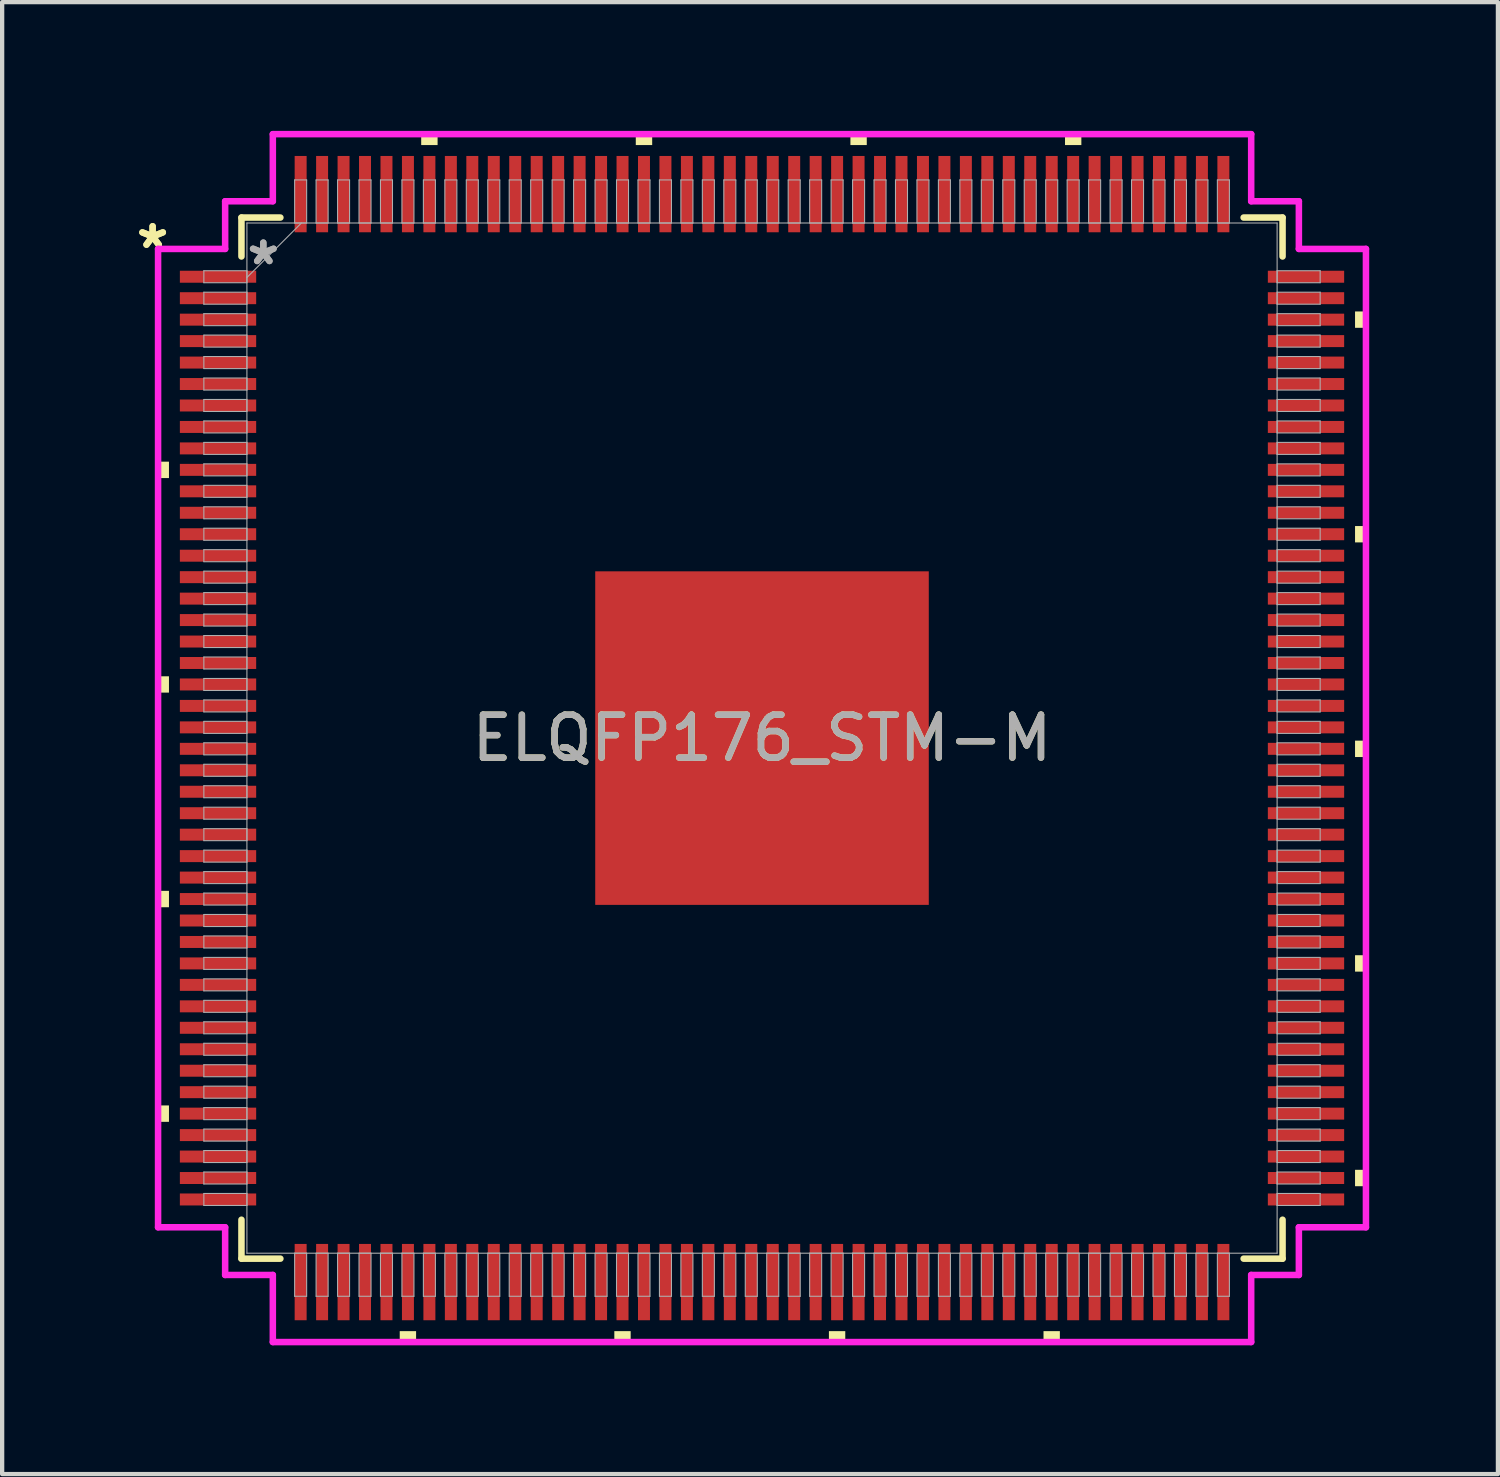
<source format=kicad_pcb>
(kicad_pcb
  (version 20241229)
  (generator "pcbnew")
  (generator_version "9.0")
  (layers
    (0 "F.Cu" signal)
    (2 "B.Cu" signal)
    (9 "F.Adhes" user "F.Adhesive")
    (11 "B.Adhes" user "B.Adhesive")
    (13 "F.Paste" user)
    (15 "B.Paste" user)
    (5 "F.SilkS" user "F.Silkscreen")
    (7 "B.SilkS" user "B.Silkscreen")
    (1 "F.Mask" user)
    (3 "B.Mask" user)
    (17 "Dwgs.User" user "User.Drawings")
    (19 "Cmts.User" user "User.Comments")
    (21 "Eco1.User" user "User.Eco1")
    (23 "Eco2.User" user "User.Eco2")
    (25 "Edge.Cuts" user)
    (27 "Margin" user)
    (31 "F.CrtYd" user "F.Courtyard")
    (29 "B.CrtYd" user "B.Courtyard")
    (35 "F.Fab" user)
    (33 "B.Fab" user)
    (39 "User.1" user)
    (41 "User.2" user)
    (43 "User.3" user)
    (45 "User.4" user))
  (footprint "ELQFP176_STM-M"
    (layer "F.Cu")
    (at 14.705 14.148)
    (property "Reference" "ELQFP176_STM-M" (at 0 0 0) (unlocked yes) (layer "F.SilkS") (effects (font (size 1 1) (thickness 0.15))))
    (attr smd)
    (fp_line (start -12.129 -12.129) (end -12.129 -11.222) (stroke (width 0.152) (type solid)) (layer "F.SilkS"))
    (fp_line (start -12.129 11.222) (end -12.129 12.129) (stroke (width 0.152) (type solid)) (layer "F.SilkS"))
    (fp_line (start -12.129 12.129) (end -11.222 12.129) (stroke (width 0.152) (type solid)) (layer "F.SilkS"))
    (fp_line (start -11.222 -12.129) (end -12.129 -12.129) (stroke (width 0.152) (type solid)) (layer "F.SilkS"))
    (fp_line (start 11.222 12.129) (end 12.129 12.129) (stroke (width 0.152) (type solid)) (layer "F.SilkS"))
    (fp_line (start 12.129 -12.129) (end 11.222 -12.129) (stroke (width 0.152) (type solid)) (layer "F.SilkS"))
    (fp_line (start 12.129 -11.222) (end 12.129 -12.129) (stroke (width 0.152) (type solid)) (layer "F.SilkS"))
    (fp_line (start 12.129 12.129) (end 12.129 11.222) (stroke (width 0.152) (type solid)) (layer "F.SilkS"))
    (fp_poly (pts (xy -14.072 -6.441) (xy -14.072 -6.059) (xy -13.818 -6.059) (xy -13.818 -6.441)) (stroke (width 0) (type solid)) (fill yes) (layer "F.SilkS"))
    (fp_poly (pts (xy -14.072 -1.44) (xy -14.072 -1.06) (xy -13.818 -1.06) (xy -13.818 -1.44)) (stroke (width 0) (type solid)) (fill yes) (layer "F.SilkS"))
    (fp_poly (pts (xy -14.072 3.559) (xy -14.072 3.941) (xy -13.818 3.941) (xy -13.818 3.559)) (stroke (width 0) (type solid)) (fill yes) (layer "F.SilkS"))
    (fp_poly (pts (xy -14.072 8.559) (xy -14.072 8.941) (xy -13.818 8.941) (xy -13.818 8.559)) (stroke (width 0) (type solid)) (fill yes) (layer "F.SilkS"))
    (fp_poly (pts (xy -8.441 13.818) (xy -8.441 14.072) (xy -8.06 14.072) (xy -8.06 13.818)) (stroke (width 0) (type solid)) (fill yes) (layer "F.SilkS"))
    (fp_poly (pts (xy -7.941 -13.818) (xy -7.941 -14.072) (xy -7.559 -14.072) (xy -7.559 -13.818)) (stroke (width 0) (type solid)) (fill yes) (layer "F.SilkS"))
    (fp_poly (pts (xy -3.441 13.818) (xy -3.441 14.072) (xy -3.06 14.072) (xy -3.06 13.818)) (stroke (width 0) (type solid)) (fill yes) (layer "F.SilkS"))
    (fp_poly (pts (xy -2.941 -13.818) (xy -2.941 -14.072) (xy -2.559 -14.072) (xy -2.559 -13.818)) (stroke (width 0) (type solid)) (fill yes) (layer "F.SilkS"))
    (fp_poly (pts (xy 1.559 13.818) (xy 1.559 14.072) (xy 1.94 14.072) (xy 1.94 13.818)) (stroke (width 0) (type solid)) (fill yes) (layer "F.SilkS"))
    (fp_poly (pts (xy 2.06 -13.818) (xy 2.06 -14.072) (xy 2.441 -14.072) (xy 2.441 -13.818)) (stroke (width 0) (type solid)) (fill yes) (layer "F.SilkS"))
    (fp_poly (pts (xy 6.559 13.818) (xy 6.559 14.072) (xy 6.94 14.072) (xy 6.94 13.818)) (stroke (width 0) (type solid)) (fill yes) (layer "F.SilkS"))
    (fp_poly (pts (xy 7.06 -13.818) (xy 7.06 -14.072) (xy 7.441 -14.072) (xy 7.441 -13.818)) (stroke (width 0) (type solid)) (fill yes) (layer "F.SilkS"))
    (fp_poly (pts (xy 14.072 -9.941) (xy 14.072 -9.56) (xy 13.818 -9.56) (xy 13.818 -9.941)) (stroke (width 0) (type solid)) (fill yes) (layer "F.SilkS"))
    (fp_poly (pts (xy 14.072 -4.941) (xy 14.072 -4.56) (xy 13.818 -4.56) (xy 13.818 -4.941)) (stroke (width 0) (type solid)) (fill yes) (layer "F.SilkS"))
    (fp_poly (pts (xy 14.072 0.059) (xy 14.072 0.441) (xy 13.818 0.441) (xy 13.818 0.059)) (stroke (width 0) (type solid)) (fill yes) (layer "F.SilkS"))
    (fp_poly (pts (xy 14.072 5.059) (xy 14.072 5.441) (xy 13.818 5.441) (xy 13.818 5.059)) (stroke (width 0) (type solid)) (fill yes) (layer "F.SilkS"))
    (fp_poly (pts (xy 14.072 10.059) (xy 14.072 10.441) (xy 13.818 10.441) (xy 13.818 10.059)) (stroke (width 0) (type solid)) (fill yes) (layer "F.SilkS"))
    (fp_poly (pts (xy -3.786 -3.786) (xy -3.786 -2.691) (xy -2.691 -2.691) (xy -2.691 -3.786)) (stroke (width 0) (type solid)) (fill yes) (layer "F.Paste"))
    (fp_poly (pts (xy -3.786 -2.491) (xy -3.786 -1.395) (xy -2.691 -1.395) (xy -2.691 -2.491)) (stroke (width 0) (type solid)) (fill yes) (layer "F.Paste"))
    (fp_poly (pts (xy -3.786 -1.195) (xy -3.786 -0.1) (xy -2.691 -0.1) (xy -2.691 -1.195)) (stroke (width 0) (type solid)) (fill yes) (layer "F.Paste"))
    (fp_poly (pts (xy -3.786 0.1) (xy -3.786 1.195) (xy -2.691 1.195) (xy -2.691 0.1)) (stroke (width 0) (type solid)) (fill yes) (layer "F.Paste"))
    (fp_poly (pts (xy -3.786 1.395) (xy -3.786 2.491) (xy -2.691 2.491) (xy -2.691 1.395)) (stroke (width 0) (type solid)) (fill yes) (layer "F.Paste"))
    (fp_poly (pts (xy -3.786 2.691) (xy -3.786 3.786) (xy -2.691 3.786) (xy -2.691 2.691)) (stroke (width 0) (type solid)) (fill yes) (layer "F.Paste"))
    (fp_poly (pts (xy -2.491 -3.786) (xy -2.491 -2.691) (xy -1.395 -2.691) (xy -1.395 -3.786)) (stroke (width 0) (type solid)) (fill yes) (layer "F.Paste"))
    (fp_poly (pts (xy -2.491 -2.491) (xy -2.491 -1.395) (xy -1.395 -1.395) (xy -1.395 -2.491)) (stroke (width 0) (type solid)) (fill yes) (layer "F.Paste"))
    (fp_poly (pts (xy -2.491 -1.195) (xy -2.491 -0.1) (xy -1.395 -0.1) (xy -1.395 -1.195)) (stroke (width 0) (type solid)) (fill yes) (layer "F.Paste"))
    (fp_poly (pts (xy -2.491 0.1) (xy -2.491 1.195) (xy -1.395 1.195) (xy -1.395 0.1)) (stroke (width 0) (type solid)) (fill yes) (layer "F.Paste"))
    (fp_poly (pts (xy -2.491 1.395) (xy -2.491 2.491) (xy -1.395 2.491) (xy -1.395 1.395)) (stroke (width 0) (type solid)) (fill yes) (layer "F.Paste"))
    (fp_poly (pts (xy -2.491 2.691) (xy -2.491 3.786) (xy -1.395 3.786) (xy -1.395 2.691)) (stroke (width 0) (type solid)) (fill yes) (layer "F.Paste"))
    (fp_poly (pts (xy -1.195 -3.786) (xy -1.195 -2.691) (xy -0.1 -2.691) (xy -0.1 -3.786)) (stroke (width 0) (type solid)) (fill yes) (layer "F.Paste"))
    (fp_poly (pts (xy -1.195 -2.491) (xy -1.195 -1.395) (xy -0.1 -1.395) (xy -0.1 -2.491)) (stroke (width 0) (type solid)) (fill yes) (layer "F.Paste"))
    (fp_poly (pts (xy -1.195 -1.195) (xy -1.195 -0.1) (xy -0.1 -0.1) (xy -0.1 -1.195)) (stroke (width 0) (type solid)) (fill yes) (layer "F.Paste"))
    (fp_poly (pts (xy -1.195 0.1) (xy -1.195 1.195) (xy -0.1 1.195) (xy -0.1 0.1)) (stroke (width 0) (type solid)) (fill yes) (layer "F.Paste"))
    (fp_poly (pts (xy -1.195 1.395) (xy -1.195 2.491) (xy -0.1 2.491) (xy -0.1 1.395)) (stroke (width 0) (type solid)) (fill yes) (layer "F.Paste"))
    (fp_poly (pts (xy -1.195 2.691) (xy -1.195 3.786) (xy -0.1 3.786) (xy -0.1 2.691)) (stroke (width 0) (type solid)) (fill yes) (layer "F.Paste"))
    (fp_poly (pts (xy 0.1 -3.786) (xy 0.1 -2.691) (xy 1.195 -2.691) (xy 1.195 -3.786)) (stroke (width 0) (type solid)) (fill yes) (layer "F.Paste"))
    (fp_poly (pts (xy 0.1 -2.491) (xy 0.1 -1.395) (xy 1.195 -1.395) (xy 1.195 -2.491)) (stroke (width 0) (type solid)) (fill yes) (layer "F.Paste"))
    (fp_poly (pts (xy 0.1 -1.195) (xy 0.1 -0.1) (xy 1.195 -0.1) (xy 1.195 -1.195)) (stroke (width 0) (type solid)) (fill yes) (layer "F.Paste"))
    (fp_poly (pts (xy 0.1 0.1) (xy 0.1 1.195) (xy 1.195 1.195) (xy 1.195 0.1)) (stroke (width 0) (type solid)) (fill yes) (layer "F.Paste"))
    (fp_poly (pts (xy 0.1 1.395) (xy 0.1 2.491) (xy 1.195 2.491) (xy 1.195 1.395)) (stroke (width 0) (type solid)) (fill yes) (layer "F.Paste"))
    (fp_poly (pts (xy 0.1 2.691) (xy 0.1 3.786) (xy 1.195 3.786) (xy 1.195 2.691)) (stroke (width 0) (type solid)) (fill yes) (layer "F.Paste"))
    (fp_poly (pts (xy 1.395 -3.786) (xy 1.395 -2.691) (xy 2.491 -2.691) (xy 2.491 -3.786)) (stroke (width 0) (type solid)) (fill yes) (layer "F.Paste"))
    (fp_poly (pts (xy 1.395 -2.491) (xy 1.395 -1.395) (xy 2.491 -1.395) (xy 2.491 -2.491)) (stroke (width 0) (type solid)) (fill yes) (layer "F.Paste"))
    (fp_poly (pts (xy 1.395 -1.195) (xy 1.395 -0.1) (xy 2.491 -0.1) (xy 2.491 -1.195)) (stroke (width 0) (type solid)) (fill yes) (layer "F.Paste"))
    (fp_poly (pts (xy 1.395 0.1) (xy 1.395 1.195) (xy 2.491 1.195) (xy 2.491 0.1)) (stroke (width 0) (type solid)) (fill yes) (layer "F.Paste"))
    (fp_poly (pts (xy 1.395 1.395) (xy 1.395 2.491) (xy 2.491 2.491) (xy 2.491 1.395)) (stroke (width 0) (type solid)) (fill yes) (layer "F.Paste"))
    (fp_poly (pts (xy 1.395 2.691) (xy 1.395 3.786) (xy 2.491 3.786) (xy 2.491 2.691)) (stroke (width 0) (type solid)) (fill yes) (layer "F.Paste"))
    (fp_poly (pts (xy 2.691 -3.786) (xy 2.691 -2.691) (xy 3.786 -2.691) (xy 3.786 -3.786)) (stroke (width 0) (type solid)) (fill yes) (layer "F.Paste"))
    (fp_poly (pts (xy 2.691 -2.491) (xy 2.691 -1.395) (xy 3.786 -1.395) (xy 3.786 -2.491)) (stroke (width 0) (type solid)) (fill yes) (layer "F.Paste"))
    (fp_poly (pts (xy 2.691 -1.195) (xy 2.691 -0.1) (xy 3.786 -0.1) (xy 3.786 -1.195)) (stroke (width 0) (type solid)) (fill yes) (layer "F.Paste"))
    (fp_poly (pts (xy 2.691 0.1) (xy 2.691 1.195) (xy 3.786 1.195) (xy 3.786 0.1)) (stroke (width 0) (type solid)) (fill yes) (layer "F.Paste"))
    (fp_poly (pts (xy 2.691 1.395) (xy 2.691 2.491) (xy 3.786 2.491) (xy 3.786 1.395)) (stroke (width 0) (type solid)) (fill yes) (layer "F.Paste"))
    (fp_poly (pts (xy 2.691 2.691) (xy 2.691 3.786) (xy 3.786 3.786) (xy 3.786 2.691)) (stroke (width 0) (type solid)) (fill yes) (layer "F.Paste"))
    (fp_line (start -14.072 -11.398) (end -12.509 -11.398) (stroke (width 0.152) (type solid)) (layer "F.CrtYd"))
    (fp_line (start -14.072 11.398) (end -14.072 -11.398) (stroke (width 0.152) (type solid)) (layer "F.CrtYd"))
    (fp_line (start -12.509 -12.509) (end -11.398 -12.509) (stroke (width 0.152) (type solid)) (layer "F.CrtYd"))
    (fp_line (start -12.509 -11.398) (end -12.509 -12.509) (stroke (width 0.152) (type solid)) (layer "F.CrtYd"))
    (fp_line (start -12.509 11.398) (end -14.072 11.398) (stroke (width 0.152) (type solid)) (layer "F.CrtYd"))
    (fp_line (start -12.509 12.509) (end -12.509 11.398) (stroke (width 0.152) (type solid)) (layer "F.CrtYd"))
    (fp_line (start -12.509 12.509) (end -11.398 12.509) (stroke (width 0.152) (type solid)) (layer "F.CrtYd"))
    (fp_line (start -11.398 -14.072) (end 11.398 -14.072) (stroke (width 0.152) (type solid)) (layer "F.CrtYd"))
    (fp_line (start -11.398 -12.509) (end -11.398 -14.072) (stroke (width 0.152) (type solid)) (layer "F.CrtYd"))
    (fp_line (start -11.398 12.509) (end -11.398 14.072) (stroke (width 0.152) (type solid)) (layer "F.CrtYd"))
    (fp_line (start -11.398 14.072) (end 11.398 14.072) (stroke (width 0.152) (type solid)) (layer "F.CrtYd"))
    (fp_line (start 11.398 -14.072) (end 11.398 -12.509) (stroke (width 0.152) (type solid)) (layer "F.CrtYd"))
    (fp_line (start 11.398 -12.509) (end 12.509 -12.509) (stroke (width 0.152) (type solid)) (layer "F.CrtYd"))
    (fp_line (start 11.398 12.509) (end 12.509 12.509) (stroke (width 0.152) (type solid)) (layer "F.CrtYd"))
    (fp_line (start 11.398 14.072) (end 11.398 12.509) (stroke (width 0.152) (type solid)) (layer "F.CrtYd"))
    (fp_line (start 12.509 -11.398) (end 12.509 -12.509) (stroke (width 0.152) (type solid)) (layer "F.CrtYd"))
    (fp_line (start 12.509 11.398) (end 14.072 11.398) (stroke (width 0.152) (type solid)) (layer "F.CrtYd"))
    (fp_line (start 12.509 12.509) (end 12.509 11.398) (stroke (width 0.152) (type solid)) (layer "F.CrtYd"))
    (fp_line (start 14.072 -11.398) (end 12.509 -11.398) (stroke (width 0.152) (type solid)) (layer "F.CrtYd"))
    (fp_line (start 14.072 11.398) (end 14.072 -11.398) (stroke (width 0.152) (type solid)) (layer "F.CrtYd"))
    (fp_line (start -13.005 -10.89) (end -13.005 -10.61) (stroke (width 0.025) (type solid)) (layer "F.Fab"))
    (fp_line (start -13.005 -10.61) (end -12.002 -10.61) (stroke (width 0.025) (type solid)) (layer "F.Fab"))
    (fp_line (start -13.005 -10.39) (end -13.005 -10.11) (stroke (width 0.025) (type solid)) (layer "F.Fab"))
    (fp_line (start -13.005 -10.11) (end -12.002 -10.11) (stroke (width 0.025) (type solid)) (layer "F.Fab"))
    (fp_line (start -13.005 -9.89) (end -13.005 -9.61) (stroke (width 0.025) (type solid)) (layer "F.Fab"))
    (fp_line (start -13.005 -9.61) (end -12.002 -9.61) (stroke (width 0.025) (type solid)) (layer "F.Fab"))
    (fp_line (start -13.005 -9.39) (end -13.005 -9.11) (stroke (width 0.025) (type solid)) (layer "F.Fab"))
    (fp_line (start -13.005 -9.11) (end -12.002 -9.11) (stroke (width 0.025) (type solid)) (layer "F.Fab"))
    (fp_line (start -13.005 -8.89) (end -13.005 -8.61) (stroke (width 0.025) (type solid)) (layer "F.Fab"))
    (fp_line (start -13.005 -8.61) (end -12.002 -8.61) (stroke (width 0.025) (type solid)) (layer "F.Fab"))
    (fp_line (start -13.005 -8.39) (end -13.005 -8.11) (stroke (width 0.025) (type solid)) (layer "F.Fab"))
    (fp_line (start -13.005 -8.11) (end -12.002 -8.11) (stroke (width 0.025) (type solid)) (layer "F.Fab"))
    (fp_line (start -13.005 -7.89) (end -13.005 -7.61) (stroke (width 0.025) (type solid)) (layer "F.Fab"))
    (fp_line (start -13.005 -7.61) (end -12.002 -7.61) (stroke (width 0.025) (type solid)) (layer "F.Fab"))
    (fp_line (start -13.005 -7.39) (end -13.005 -7.11) (stroke (width 0.025) (type solid)) (layer "F.Fab"))
    (fp_line (start -13.005 -7.11) (end -12.002 -7.11) (stroke (width 0.025) (type solid)) (layer "F.Fab"))
    (fp_line (start -13.005 -6.89) (end -13.005 -6.61) (stroke (width 0.025) (type solid)) (layer "F.Fab"))
    (fp_line (start -13.005 -6.61) (end -12.002 -6.61) (stroke (width 0.025) (type solid)) (layer "F.Fab"))
    (fp_line (start -13.005 -6.39) (end -13.005 -6.11) (stroke (width 0.025) (type solid)) (layer "F.Fab"))
    (fp_line (start -13.005 -6.11) (end -12.002 -6.11) (stroke (width 0.025) (type solid)) (layer "F.Fab"))
    (fp_line (start -13.005 -5.89) (end -13.005 -5.61) (stroke (width 0.025) (type solid)) (layer "F.Fab"))
    (fp_line (start -13.005 -5.61) (end -12.002 -5.61) (stroke (width 0.025) (type solid)) (layer "F.Fab"))
    (fp_line (start -13.005 -5.39) (end -13.005 -5.11) (stroke (width 0.025) (type solid)) (layer "F.Fab"))
    (fp_line (start -13.005 -5.11) (end -12.002 -5.11) (stroke (width 0.025) (type solid)) (layer "F.Fab"))
    (fp_line (start -13.005 -4.89) (end -13.005 -4.61) (stroke (width 0.025) (type solid)) (layer "F.Fab"))
    (fp_line (start -13.005 -4.61) (end -12.002 -4.61) (stroke (width 0.025) (type solid)) (layer "F.Fab"))
    (fp_line (start -13.005 -4.39) (end -13.005 -4.11) (stroke (width 0.025) (type solid)) (layer "F.Fab"))
    (fp_line (start -13.005 -4.11) (end -12.002 -4.11) (stroke (width 0.025) (type solid)) (layer "F.Fab"))
    (fp_line (start -13.005 -3.89) (end -13.005 -3.61) (stroke (width 0.025) (type solid)) (layer "F.Fab"))
    (fp_line (start -13.005 -3.61) (end -12.002 -3.61) (stroke (width 0.025) (type solid)) (layer "F.Fab"))
    (fp_line (start -13.005 -3.39) (end -13.005 -3.11) (stroke (width 0.025) (type solid)) (layer "F.Fab"))
    (fp_line (start -13.005 -3.11) (end -12.002 -3.11) (stroke (width 0.025) (type solid)) (layer "F.Fab"))
    (fp_line (start -13.005 -2.89) (end -13.005 -2.61) (stroke (width 0.025) (type solid)) (layer "F.Fab"))
    (fp_line (start -13.005 -2.61) (end -12.002 -2.61) (stroke (width 0.025) (type solid)) (layer "F.Fab"))
    (fp_line (start -13.005 -2.39) (end -13.005 -2.11) (stroke (width 0.025) (type solid)) (layer "F.Fab"))
    (fp_line (start -13.005 -2.11) (end -12.002 -2.11) (stroke (width 0.025) (type solid)) (layer "F.Fab"))
    (fp_line (start -13.005 -1.89) (end -13.005 -1.61) (stroke (width 0.025) (type solid)) (layer "F.Fab"))
    (fp_line (start -13.005 -1.61) (end -12.002 -1.61) (stroke (width 0.025) (type solid)) (layer "F.Fab"))
    (fp_line (start -13.005 -1.39) (end -13.005 -1.11) (stroke (width 0.025) (type solid)) (layer "F.Fab"))
    (fp_line (start -13.005 -1.11) (end -12.002 -1.11) (stroke (width 0.025) (type solid)) (layer "F.Fab"))
    (fp_line (start -13.005 -0.89) (end -13.005 -0.61) (stroke (width 0.025) (type solid)) (layer "F.Fab"))
    (fp_line (start -13.005 -0.61) (end -12.002 -0.61) (stroke (width 0.025) (type solid)) (layer "F.Fab"))
    (fp_line (start -13.005 -0.39) (end -13.005 -0.11) (stroke (width 0.025) (type solid)) (layer "F.Fab"))
    (fp_line (start -13.005 -0.11) (end -12.002 -0.11) (stroke (width 0.025) (type solid)) (layer "F.Fab"))
    (fp_line (start -13.005 0.11) (end -13.005 0.39) (stroke (width 0.025) (type solid)) (layer "F.Fab"))
    (fp_line (start -13.005 0.39) (end -12.002 0.39) (stroke (width 0.025) (type solid)) (layer "F.Fab"))
    (fp_line (start -13.005 0.61) (end -13.005 0.89) (stroke (width 0.025) (type solid)) (layer "F.Fab"))
    (fp_line (start -13.005 0.89) (end -12.002 0.89) (stroke (width 0.025) (type solid)) (layer "F.Fab"))
    (fp_line (start -13.005 1.11) (end -13.005 1.39) (stroke (width 0.025) (type solid)) (layer "F.Fab"))
    (fp_line (start -13.005 1.39) (end -12.002 1.39) (stroke (width 0.025) (type solid)) (layer "F.Fab"))
    (fp_line (start -13.005 1.61) (end -13.005 1.89) (stroke (width 0.025) (type solid)) (layer "F.Fab"))
    (fp_line (start -13.005 1.89) (end -12.002 1.89) (stroke (width 0.025) (type solid)) (layer "F.Fab"))
    (fp_line (start -13.005 2.11) (end -13.005 2.39) (stroke (width 0.025) (type solid)) (layer "F.Fab"))
    (fp_line (start -13.005 2.39) (end -12.002 2.39) (stroke (width 0.025) (type solid)) (layer "F.Fab"))
    (fp_line (start -13.005 2.61) (end -13.005 2.89) (stroke (width 0.025) (type solid)) (layer "F.Fab"))
    (fp_line (start -13.005 2.89) (end -12.002 2.89) (stroke (width 0.025) (type solid)) (layer "F.Fab"))
    (fp_line (start -13.005 3.11) (end -13.005 3.39) (stroke (width 0.025) (type solid)) (layer "F.Fab"))
    (fp_line (start -13.005 3.39) (end -12.002 3.39) (stroke (width 0.025) (type solid)) (layer "F.Fab"))
    (fp_line (start -13.005 3.61) (end -13.005 3.89) (stroke (width 0.025) (type solid)) (layer "F.Fab"))
    (fp_line (start -13.005 3.89) (end -12.002 3.89) (stroke (width 0.025) (type solid)) (layer "F.Fab"))
    (fp_line (start -13.005 4.11) (end -13.005 4.39) (stroke (width 0.025) (type solid)) (layer "F.Fab"))
    (fp_line (start -13.005 4.39) (end -12.002 4.39) (stroke (width 0.025) (type solid)) (layer "F.Fab"))
    (fp_line (start -13.005 4.61) (end -13.005 4.89) (stroke (width 0.025) (type solid)) (layer "F.Fab"))
    (fp_line (start -13.005 4.89) (end -12.002 4.89) (stroke (width 0.025) (type solid)) (layer "F.Fab"))
    (fp_line (start -13.005 5.11) (end -13.005 5.39) (stroke (width 0.025) (type solid)) (layer "F.Fab"))
    (fp_line (start -13.005 5.39) (end -12.002 5.39) (stroke (width 0.025) (type solid)) (layer "F.Fab"))
    (fp_line (start -13.005 5.61) (end -13.005 5.89) (stroke (width 0.025) (type solid)) (layer "F.Fab"))
    (fp_line (start -13.005 5.89) (end -12.002 5.89) (stroke (width 0.025) (type solid)) (layer "F.Fab"))
    (fp_line (start -13.005 6.11) (end -13.005 6.39) (stroke (width 0.025) (type solid)) (layer "F.Fab"))
    (fp_line (start -13.005 6.39) (end -12.002 6.39) (stroke (width 0.025) (type solid)) (layer "F.Fab"))
    (fp_line (start -13.005 6.61) (end -13.005 6.89) (stroke (width 0.025) (type solid)) (layer "F.Fab"))
    (fp_line (start -13.005 6.89) (end -12.002 6.89) (stroke (width 0.025) (type solid)) (layer "F.Fab"))
    (fp_line (start -13.005 7.11) (end -13.005 7.39) (stroke (width 0.025) (type solid)) (layer "F.Fab"))
    (fp_line (start -13.005 7.39) (end -12.002 7.39) (stroke (width 0.025) (type solid)) (layer "F.Fab"))
    (fp_line (start -13.005 7.61) (end -13.005 7.89) (stroke (width 0.025) (type solid)) (layer "F.Fab"))
    (fp_line (start -13.005 7.89) (end -12.002 7.89) (stroke (width 0.025) (type solid)) (layer "F.Fab"))
    (fp_line (start -13.005 8.11) (end -13.005 8.39) (stroke (width 0.025) (type solid)) (layer "F.Fab"))
    (fp_line (start -13.005 8.39) (end -12.002 8.39) (stroke (width 0.025) (type solid)) (layer "F.Fab"))
    (fp_line (start -13.005 8.61) (end -13.005 8.89) (stroke (width 0.025) (type solid)) (layer "F.Fab"))
    (fp_line (start -13.005 8.89) (end -12.002 8.89) (stroke (width 0.025) (type solid)) (layer "F.Fab"))
    (fp_line (start -13.005 9.11) (end -13.005 9.39) (stroke (width 0.025) (type solid)) (layer "F.Fab"))
    (fp_line (start -13.005 9.39) (end -12.002 9.39) (stroke (width 0.025) (type solid)) (layer "F.Fab"))
    (fp_line (start -13.005 9.61) (end -13.005 9.89) (stroke (width 0.025) (type solid)) (layer "F.Fab"))
    (fp_line (start -13.005 9.89) (end -12.002 9.89) (stroke (width 0.025) (type solid)) (layer "F.Fab"))
    (fp_line (start -13.005 10.11) (end -13.005 10.39) (stroke (width 0.025) (type solid)) (layer "F.Fab"))
    (fp_line (start -13.005 10.39) (end -12.002 10.39) (stroke (width 0.025) (type solid)) (layer "F.Fab"))
    (fp_line (start -13.005 10.61) (end -13.005 10.89) (stroke (width 0.025) (type solid)) (layer "F.Fab"))
    (fp_line (start -13.005 10.89) (end -12.002 10.89) (stroke (width 0.025) (type solid)) (layer "F.Fab"))
    (fp_line (start -12.002 -12.002) (end -12.002 12.002) (stroke (width 0.025) (type solid)) (layer "F.Fab"))
    (fp_line (start -12.002 -10.89) (end -13.005 -10.89) (stroke (width 0.025) (type solid)) (layer "F.Fab"))
    (fp_line (start -12.002 -10.732) (end -10.732 -12.002) (stroke (width 0.025) (type solid)) (layer "F.Fab"))
    (fp_line (start -12.002 -10.61) (end -12.002 -10.89) (stroke (width 0.025) (type solid)) (layer "F.Fab"))
    (fp_line (start -12.002 -10.39) (end -13.005 -10.39) (stroke (width 0.025) (type solid)) (layer "F.Fab"))
    (fp_line (start -12.002 -10.11) (end -12.002 -10.39) (stroke (width 0.025) (type solid)) (layer "F.Fab"))
    (fp_line (start -12.002 -9.89) (end -13.005 -9.89) (stroke (width 0.025) (type solid)) (layer "F.Fab"))
    (fp_line (start -12.002 -9.61) (end -12.002 -9.89) (stroke (width 0.025) (type solid)) (layer "F.Fab"))
    (fp_line (start -12.002 -9.39) (end -13.005 -9.39) (stroke (width 0.025) (type solid)) (layer "F.Fab"))
    (fp_line (start -12.002 -9.11) (end -12.002 -9.39) (stroke (width 0.025) (type solid)) (layer "F.Fab"))
    (fp_line (start -12.002 -8.89) (end -13.005 -8.89) (stroke (width 0.025) (type solid)) (layer "F.Fab"))
    (fp_line (start -12.002 -8.61) (end -12.002 -8.89) (stroke (width 0.025) (type solid)) (layer "F.Fab"))
    (fp_line (start -12.002 -8.39) (end -13.005 -8.39) (stroke (width 0.025) (type solid)) (layer "F.Fab"))
    (fp_line (start -12.002 -8.11) (end -12.002 -8.39) (stroke (width 0.025) (type solid)) (layer "F.Fab"))
    (fp_line (start -12.002 -7.89) (end -13.005 -7.89) (stroke (width 0.025) (type solid)) (layer "F.Fab"))
    (fp_line (start -12.002 -7.61) (end -12.002 -7.89) (stroke (width 0.025) (type solid)) (layer "F.Fab"))
    (fp_line (start -12.002 -7.39) (end -13.005 -7.39) (stroke (width 0.025) (type solid)) (layer "F.Fab"))
    (fp_line (start -12.002 -7.11) (end -12.002 -7.39) (stroke (width 0.025) (type solid)) (layer "F.Fab"))
    (fp_line (start -12.002 -6.89) (end -13.005 -6.89) (stroke (width 0.025) (type solid)) (layer "F.Fab"))
    (fp_line (start -12.002 -6.61) (end -12.002 -6.89) (stroke (width 0.025) (type solid)) (layer "F.Fab"))
    (fp_line (start -12.002 -6.39) (end -13.005 -6.39) (stroke (width 0.025) (type solid)) (layer "F.Fab"))
    (fp_line (start -12.002 -6.11) (end -12.002 -6.39) (stroke (width 0.025) (type solid)) (layer "F.Fab"))
    (fp_line (start -12.002 -5.89) (end -13.005 -5.89) (stroke (width 0.025) (type solid)) (layer "F.Fab"))
    (fp_line (start -12.002 -5.61) (end -12.002 -5.89) (stroke (width 0.025) (type solid)) (layer "F.Fab"))
    (fp_line (start -12.002 -5.39) (end -13.005 -5.39) (stroke (width 0.025) (type solid)) (layer "F.Fab"))
    (fp_line (start -12.002 -5.11) (end -12.002 -5.39) (stroke (width 0.025) (type solid)) (layer "F.Fab"))
    (fp_line (start -12.002 -4.89) (end -13.005 -4.89) (stroke (width 0.025) (type solid)) (layer "F.Fab"))
    (fp_line (start -12.002 -4.61) (end -12.002 -4.89) (stroke (width 0.025) (type solid)) (layer "F.Fab"))
    (fp_line (start -12.002 -4.39) (end -13.005 -4.39) (stroke (width 0.025) (type solid)) (layer "F.Fab"))
    (fp_line (start -12.002 -4.11) (end -12.002 -4.39) (stroke (width 0.025) (type solid)) (layer "F.Fab"))
    (fp_line (start -12.002 -3.89) (end -13.005 -3.89) (stroke (width 0.025) (type solid)) (layer "F.Fab"))
    (fp_line (start -12.002 -3.61) (end -12.002 -3.89) (stroke (width 0.025) (type solid)) (layer "F.Fab"))
    (fp_line (start -12.002 -3.39) (end -13.005 -3.39) (stroke (width 0.025) (type solid)) (layer "F.Fab"))
    (fp_line (start -12.002 -3.11) (end -12.002 -3.39) (stroke (width 0.025) (type solid)) (layer "F.Fab"))
    (fp_line (start -12.002 -2.89) (end -13.005 -2.89) (stroke (width 0.025) (type solid)) (layer "F.Fab"))
    (fp_line (start -12.002 -2.61) (end -12.002 -2.89) (stroke (width 0.025) (type solid)) (layer "F.Fab"))
    (fp_line (start -12.002 -2.39) (end -13.005 -2.39) (stroke (width 0.025) (type solid)) (layer "F.Fab"))
    (fp_line (start -12.002 -2.11) (end -12.002 -2.39) (stroke (width 0.025) (type solid)) (layer "F.Fab"))
    (fp_line (start -12.002 -1.89) (end -13.005 -1.89) (stroke (width 0.025) (type solid)) (layer "F.Fab"))
    (fp_line (start -12.002 -1.61) (end -12.002 -1.89) (stroke (width 0.025) (type solid)) (layer "F.Fab"))
    (fp_line (start -12.002 -1.39) (end -13.005 -1.39) (stroke (width 0.025) (type solid)) (layer "F.Fab"))
    (fp_line (start -12.002 -1.11) (end -12.002 -1.39) (stroke (width 0.025) (type solid)) (layer "F.Fab"))
    (fp_line (start -12.002 -0.89) (end -13.005 -0.89) (stroke (width 0.025) (type solid)) (layer "F.Fab"))
    (fp_line (start -12.002 -0.61) (end -12.002 -0.89) (stroke (width 0.025) (type solid)) (layer "F.Fab"))
    (fp_line (start -12.002 -0.39) (end -13.005 -0.39) (stroke (width 0.025) (type solid)) (layer "F.Fab"))
    (fp_line (start -12.002 -0.11) (end -12.002 -0.39) (stroke (width 0.025) (type solid)) (layer "F.Fab"))
    (fp_line (start -12.002 0.11) (end -13.005 0.11) (stroke (width 0.025) (type solid)) (layer "F.Fab"))
    (fp_line (start -12.002 0.39) (end -12.002 0.11) (stroke (width 0.025) (type solid)) (layer "F.Fab"))
    (fp_line (start -12.002 0.61) (end -13.005 0.61) (stroke (width 0.025) (type solid)) (layer "F.Fab"))
    (fp_line (start -12.002 0.89) (end -12.002 0.61) (stroke (width 0.025) (type solid)) (layer "F.Fab"))
    (fp_line (start -12.002 1.11) (end -13.005 1.11) (stroke (width 0.025) (type solid)) (layer "F.Fab"))
    (fp_line (start -12.002 1.39) (end -12.002 1.11) (stroke (width 0.025) (type solid)) (layer "F.Fab"))
    (fp_line (start -12.002 1.61) (end -13.005 1.61) (stroke (width 0.025) (type solid)) (layer "F.Fab"))
    (fp_line (start -12.002 1.89) (end -12.002 1.61) (stroke (width 0.025) (type solid)) (layer "F.Fab"))
    (fp_line (start -12.002 2.11) (end -13.005 2.11) (stroke (width 0.025) (type solid)) (layer "F.Fab"))
    (fp_line (start -12.002 2.39) (end -12.002 2.11) (stroke (width 0.025) (type solid)) (layer "F.Fab"))
    (fp_line (start -12.002 2.61) (end -13.005 2.61) (stroke (width 0.025) (type solid)) (layer "F.Fab"))
    (fp_line (start -12.002 2.89) (end -12.002 2.61) (stroke (width 0.025) (type solid)) (layer "F.Fab"))
    (fp_line (start -12.002 3.11) (end -13.005 3.11) (stroke (width 0.025) (type solid)) (layer "F.Fab"))
    (fp_line (start -12.002 3.39) (end -12.002 3.11) (stroke (width 0.025) (type solid)) (layer "F.Fab"))
    (fp_line (start -12.002 3.61) (end -13.005 3.61) (stroke (width 0.025) (type solid)) (layer "F.Fab"))
    (fp_line (start -12.002 3.89) (end -12.002 3.61) (stroke (width 0.025) (type solid)) (layer "F.Fab"))
    (fp_line (start -12.002 4.11) (end -13.005 4.11) (stroke (width 0.025) (type solid)) (layer "F.Fab"))
    (fp_line (start -12.002 4.39) (end -12.002 4.11) (stroke (width 0.025) (type solid)) (layer "F.Fab"))
    (fp_line (start -12.002 4.61) (end -13.005 4.61) (stroke (width 0.025) (type solid)) (layer "F.Fab"))
    (fp_line (start -12.002 4.89) (end -12.002 4.61) (stroke (width 0.025) (type solid)) (layer "F.Fab"))
    (fp_line (start -12.002 5.11) (end -13.005 5.11) (stroke (width 0.025) (type solid)) (layer "F.Fab"))
    (fp_line (start -12.002 5.39) (end -12.002 5.11) (stroke (width 0.025) (type solid)) (layer "F.Fab"))
    (fp_line (start -12.002 5.61) (end -13.005 5.61) (stroke (width 0.025) (type solid)) (layer "F.Fab"))
    (fp_line (start -12.002 5.89) (end -12.002 5.61) (stroke (width 0.025) (type solid)) (layer "F.Fab"))
    (fp_line (start -12.002 6.11) (end -13.005 6.11) (stroke (width 0.025) (type solid)) (layer "F.Fab"))
    (fp_line (start -12.002 6.39) (end -12.002 6.11) (stroke (width 0.025) (type solid)) (layer "F.Fab"))
    (fp_line (start -12.002 6.61) (end -13.005 6.61) (stroke (width 0.025) (type solid)) (layer "F.Fab"))
    (fp_line (start -12.002 6.89) (end -12.002 6.61) (stroke (width 0.025) (type solid)) (layer "F.Fab"))
    (fp_line (start -12.002 7.11) (end -13.005 7.11) (stroke (width 0.025) (type solid)) (layer "F.Fab"))
    (fp_line (start -12.002 7.39) (end -12.002 7.11) (stroke (width 0.025) (type solid)) (layer "F.Fab"))
    (fp_line (start -12.002 7.61) (end -13.005 7.61) (stroke (width 0.025) (type solid)) (layer "F.Fab"))
    (fp_line (start -12.002 7.89) (end -12.002 7.61) (stroke (width 0.025) (type solid)) (layer "F.Fab"))
    (fp_line (start -12.002 8.11) (end -13.005 8.11) (stroke (width 0.025) (type solid)) (layer "F.Fab"))
    (fp_line (start -12.002 8.39) (end -12.002 8.11) (stroke (width 0.025) (type solid)) (layer "F.Fab"))
    (fp_line (start -12.002 8.61) (end -13.005 8.61) (stroke (width 0.025) (type solid)) (layer "F.Fab"))
    (fp_line (start -12.002 8.89) (end -12.002 8.61) (stroke (width 0.025) (type solid)) (layer "F.Fab"))
    (fp_line (start -12.002 9.11) (end -13.005 9.11) (stroke (width 0.025) (type solid)) (layer "F.Fab"))
    (fp_line (start -12.002 9.39) (end -12.002 9.11) (stroke (width 0.025) (type solid)) (layer "F.Fab"))
    (fp_line (start -12.002 9.61) (end -13.005 9.61) (stroke (width 0.025) (type solid)) (layer "F.Fab"))
    (fp_line (start -12.002 9.89) (end -12.002 9.61) (stroke (width 0.025) (type solid)) (layer "F.Fab"))
    (fp_line (start -12.002 10.11) (end -13.005 10.11) (stroke (width 0.025) (type solid)) (layer "F.Fab"))
    (fp_line (start -12.002 10.39) (end -12.002 10.11) (stroke (width 0.025) (type solid)) (layer "F.Fab"))
    (fp_line (start -12.002 10.61) (end -13.005 10.61) (stroke (width 0.025) (type solid)) (layer "F.Fab"))
    (fp_line (start -12.002 10.89) (end -12.002 10.61) (stroke (width 0.025) (type solid)) (layer "F.Fab"))
    (fp_line (start -12.002 12.002) (end 12.002 12.002) (stroke (width 0.025) (type solid)) (layer "F.Fab"))
    (fp_line (start -10.89 -13.005) (end -10.89 -12.002) (stroke (width 0.025) (type solid)) (layer "F.Fab"))
    (fp_line (start -10.89 -12.002) (end -10.61 -12.002) (stroke (width 0.025) (type solid)) (layer "F.Fab"))
    (fp_line (start -10.89 12.002) (end -10.89 13.005) (stroke (width 0.025) (type solid)) (layer "F.Fab"))
    (fp_line (start -10.89 13.005) (end -10.61 13.005) (stroke (width 0.025) (type solid)) (layer "F.Fab"))
    (fp_line (start -10.61 -13.005) (end -10.89 -13.005) (stroke (width 0.025) (type solid)) (layer "F.Fab"))
    (fp_line (start -10.61 -12.002) (end -10.61 -13.005) (stroke (width 0.025) (type solid)) (layer "F.Fab"))
    (fp_line (start -10.61 12.002) (end -10.89 12.002) (stroke (width 0.025) (type solid)) (layer "F.Fab"))
    (fp_line (start -10.61 13.005) (end -10.61 12.002) (stroke (width 0.025) (type solid)) (layer "F.Fab"))
    (fp_line (start -10.39 -13.005) (end -10.39 -12.002) (stroke (width 0.025) (type solid)) (layer "F.Fab"))
    (fp_line (start -10.39 -12.002) (end -10.11 -12.002) (stroke (width 0.025) (type solid)) (layer "F.Fab"))
    (fp_line (start -10.39 12.002) (end -10.39 13.005) (stroke (width 0.025) (type solid)) (layer "F.Fab"))
    (fp_line (start -10.39 13.005) (end -10.11 13.005) (stroke (width 0.025) (type solid)) (layer "F.Fab"))
    (fp_line (start -10.11 -13.005) (end -10.39 -13.005) (stroke (width 0.025) (type solid)) (layer "F.Fab"))
    (fp_line (start -10.11 -12.002) (end -10.11 -13.005) (stroke (width 0.025) (type solid)) (layer "F.Fab"))
    (fp_line (start -10.11 12.002) (end -10.39 12.002) (stroke (width 0.025) (type solid)) (layer "F.Fab"))
    (fp_line (start -10.11 13.005) (end -10.11 12.002) (stroke (width 0.025) (type solid)) (layer "F.Fab"))
    (fp_line (start -9.89 -13.005) (end -9.89 -12.002) (stroke (width 0.025) (type solid)) (layer "F.Fab"))
    (fp_line (start -9.89 -12.002) (end -9.61 -12.002) (stroke (width 0.025) (type solid)) (layer "F.Fab"))
    (fp_line (start -9.89 12.002) (end -9.89 13.005) (stroke (width 0.025) (type solid)) (layer "F.Fab"))
    (fp_line (start -9.89 13.005) (end -9.61 13.005) (stroke (width 0.025) (type solid)) (layer "F.Fab"))
    (fp_line (start -9.61 -13.005) (end -9.89 -13.005) (stroke (width 0.025) (type solid)) (layer "F.Fab"))
    (fp_line (start -9.61 -12.002) (end -9.61 -13.005) (stroke (width 0.025) (type solid)) (layer "F.Fab"))
    (fp_line (start -9.61 12.002) (end -9.89 12.002) (stroke (width 0.025) (type solid)) (layer "F.Fab"))
    (fp_line (start -9.61 13.005) (end -9.61 12.002) (stroke (width 0.025) (type solid)) (layer "F.Fab"))
    (fp_line (start -9.39 -13.005) (end -9.39 -12.002) (stroke (width 0.025) (type solid)) (layer "F.Fab"))
    (fp_line (start -9.39 -12.002) (end -9.11 -12.002) (stroke (width 0.025) (type solid)) (layer "F.Fab"))
    (fp_line (start -9.39 12.002) (end -9.39 13.005) (stroke (width 0.025) (type solid)) (layer "F.Fab"))
    (fp_line (start -9.39 13.005) (end -9.11 13.005) (stroke (width 0.025) (type solid)) (layer "F.Fab"))
    (fp_line (start -9.11 -13.005) (end -9.39 -13.005) (stroke (width 0.025) (type solid)) (layer "F.Fab"))
    (fp_line (start -9.11 -12.002) (end -9.11 -13.005) (stroke (width 0.025) (type solid)) (layer "F.Fab"))
    (fp_line (start -9.11 12.002) (end -9.39 12.002) (stroke (width 0.025) (type solid)) (layer "F.Fab"))
    (fp_line (start -9.11 13.005) (end -9.11 12.002) (stroke (width 0.025) (type solid)) (layer "F.Fab"))
    (fp_line (start -8.89 -13.005) (end -8.89 -12.002) (stroke (width 0.025) (type solid)) (layer "F.Fab"))
    (fp_line (start -8.89 -12.002) (end -8.61 -12.002) (stroke (width 0.025) (type solid)) (layer "F.Fab"))
    (fp_line (start -8.89 12.002) (end -8.89 13.005) (stroke (width 0.025) (type solid)) (layer "F.Fab"))
    (fp_line (start -8.89 13.005) (end -8.61 13.005) (stroke (width 0.025) (type solid)) (layer "F.Fab"))
    (fp_line (start -8.61 -13.005) (end -8.89 -13.005) (stroke (width 0.025) (type solid)) (layer "F.Fab"))
    (fp_line (start -8.61 -12.002) (end -8.61 -13.005) (stroke (width 0.025) (type solid)) (layer "F.Fab"))
    (fp_line (start -8.61 12.002) (end -8.89 12.002) (stroke (width 0.025) (type solid)) (layer "F.Fab"))
    (fp_line (start -8.61 13.005) (end -8.61 12.002) (stroke (width 0.025) (type solid)) (layer "F.Fab"))
    (fp_line (start -8.39 -13.005) (end -8.39 -12.002) (stroke (width 0.025) (type solid)) (layer "F.Fab"))
    (fp_line (start -8.39 -12.002) (end -8.11 -12.002) (stroke (width 0.025) (type solid)) (layer "F.Fab"))
    (fp_line (start -8.39 12.002) (end -8.39 13.005) (stroke (width 0.025) (type solid)) (layer "F.Fab"))
    (fp_line (start -8.39 13.005) (end -8.11 13.005) (stroke (width 0.025) (type solid)) (layer "F.Fab"))
    (fp_line (start -8.11 -13.005) (end -8.39 -13.005) (stroke (width 0.025) (type solid)) (layer "F.Fab"))
    (fp_line (start -8.11 -12.002) (end -8.11 -13.005) (stroke (width 0.025) (type solid)) (layer "F.Fab"))
    (fp_line (start -8.11 12.002) (end -8.39 12.002) (stroke (width 0.025) (type solid)) (layer "F.Fab"))
    (fp_line (start -8.11 13.005) (end -8.11 12.002) (stroke (width 0.025) (type solid)) (layer "F.Fab"))
    (fp_line (start -7.89 -13.005) (end -7.89 -12.002) (stroke (width 0.025) (type solid)) (layer "F.Fab"))
    (fp_line (start -7.89 -12.002) (end -7.61 -12.002) (stroke (width 0.025) (type solid)) (layer "F.Fab"))
    (fp_line (start -7.89 12.002) (end -7.89 13.005) (stroke (width 0.025) (type solid)) (layer "F.Fab"))
    (fp_line (start -7.89 13.005) (end -7.61 13.005) (stroke (width 0.025) (type solid)) (layer "F.Fab"))
    (fp_line (start -7.61 -13.005) (end -7.89 -13.005) (stroke (width 0.025) (type solid)) (layer "F.Fab"))
    (fp_line (start -7.61 -12.002) (end -7.61 -13.005) (stroke (width 0.025) (type solid)) (layer "F.Fab"))
    (fp_line (start -7.61 12.002) (end -7.89 12.002) (stroke (width 0.025) (type solid)) (layer "F.Fab"))
    (fp_line (start -7.61 13.005) (end -7.61 12.002) (stroke (width 0.025) (type solid)) (layer "F.Fab"))
    (fp_line (start -7.39 -13.005) (end -7.39 -12.002) (stroke (width 0.025) (type solid)) (layer "F.Fab"))
    (fp_line (start -7.39 -12.002) (end -7.11 -12.002) (stroke (width 0.025) (type solid)) (layer "F.Fab"))
    (fp_line (start -7.39 12.002) (end -7.39 13.005) (stroke (width 0.025) (type solid)) (layer "F.Fab"))
    (fp_line (start -7.39 13.005) (end -7.11 13.005) (stroke (width 0.025) (type solid)) (layer "F.Fab"))
    (fp_line (start -7.11 -13.005) (end -7.39 -13.005) (stroke (width 0.025) (type solid)) (layer "F.Fab"))
    (fp_line (start -7.11 -12.002) (end -7.11 -13.005) (stroke (width 0.025) (type solid)) (layer "F.Fab"))
    (fp_line (start -7.11 12.002) (end -7.39 12.002) (stroke (width 0.025) (type solid)) (layer "F.Fab"))
    (fp_line (start -7.11 13.005) (end -7.11 12.002) (stroke (width 0.025) (type solid)) (layer "F.Fab"))
    (fp_line (start -6.89 -13.005) (end -6.89 -12.002) (stroke (width 0.025) (type solid)) (layer "F.Fab"))
    (fp_line (start -6.89 -12.002) (end -6.61 -12.002) (stroke (width 0.025) (type solid)) (layer "F.Fab"))
    (fp_line (start -6.89 12.002) (end -6.89 13.005) (stroke (width 0.025) (type solid)) (layer "F.Fab"))
    (fp_line (start -6.89 13.005) (end -6.61 13.005) (stroke (width 0.025) (type solid)) (layer "F.Fab"))
    (fp_line (start -6.61 -13.005) (end -6.89 -13.005) (stroke (width 0.025) (type solid)) (layer "F.Fab"))
    (fp_line (start -6.61 -12.002) (end -6.61 -13.005) (stroke (width 0.025) (type solid)) (layer "F.Fab"))
    (fp_line (start -6.61 12.002) (end -6.89 12.002) (stroke (width 0.025) (type solid)) (layer "F.Fab"))
    (fp_line (start -6.61 13.005) (end -6.61 12.002) (stroke (width 0.025) (type solid)) (layer "F.Fab"))
    (fp_line (start -6.39 -13.005) (end -6.39 -12.002) (stroke (width 0.025) (type solid)) (layer "F.Fab"))
    (fp_line (start -6.39 -12.002) (end -6.11 -12.002) (stroke (width 0.025) (type solid)) (layer "F.Fab"))
    (fp_line (start -6.39 12.002) (end -6.39 13.005) (stroke (width 0.025) (type solid)) (layer "F.Fab"))
    (fp_line (start -6.39 13.005) (end -6.11 13.005) (stroke (width 0.025) (type solid)) (layer "F.Fab"))
    (fp_line (start -6.11 -13.005) (end -6.39 -13.005) (stroke (width 0.025) (type solid)) (layer "F.Fab"))
    (fp_line (start -6.11 -12.002) (end -6.11 -13.005) (stroke (width 0.025) (type solid)) (layer "F.Fab"))
    (fp_line (start -6.11 12.002) (end -6.39 12.002) (stroke (width 0.025) (type solid)) (layer "F.Fab"))
    (fp_line (start -6.11 13.005) (end -6.11 12.002) (stroke (width 0.025) (type solid)) (layer "F.Fab"))
    (fp_line (start -5.89 -13.005) (end -5.89 -12.002) (stroke (width 0.025) (type solid)) (layer "F.Fab"))
    (fp_line (start -5.89 -12.002) (end -5.61 -12.002) (stroke (width 0.025) (type solid)) (layer "F.Fab"))
    (fp_line (start -5.89 12.002) (end -5.89 13.005) (stroke (width 0.025) (type solid)) (layer "F.Fab"))
    (fp_line (start -5.89 13.005) (end -5.61 13.005) (stroke (width 0.025) (type solid)) (layer "F.Fab"))
    (fp_line (start -5.61 -13.005) (end -5.89 -13.005) (stroke (width 0.025) (type solid)) (layer "F.Fab"))
    (fp_line (start -5.61 -12.002) (end -5.61 -13.005) (stroke (width 0.025) (type solid)) (layer "F.Fab"))
    (fp_line (start -5.61 12.002) (end -5.89 12.002) (stroke (width 0.025) (type solid)) (layer "F.Fab"))
    (fp_line (start -5.61 13.005) (end -5.61 12.002) (stroke (width 0.025) (type solid)) (layer "F.Fab"))
    (fp_line (start -5.39 -13.005) (end -5.39 -12.002) (stroke (width 0.025) (type solid)) (layer "F.Fab"))
    (fp_line (start -5.39 -12.002) (end -5.11 -12.002) (stroke (width 0.025) (type solid)) (layer "F.Fab"))
    (fp_line (start -5.39 12.002) (end -5.39 13.005) (stroke (width 0.025) (type solid)) (layer "F.Fab"))
    (fp_line (start -5.39 13.005) (end -5.11 13.005) (stroke (width 0.025) (type solid)) (layer "F.Fab"))
    (fp_line (start -5.11 -13.005) (end -5.39 -13.005) (stroke (width 0.025) (type solid)) (layer "F.Fab"))
    (fp_line (start -5.11 -12.002) (end -5.11 -13.005) (stroke (width 0.025) (type solid)) (layer "F.Fab"))
    (fp_line (start -5.11 12.002) (end -5.39 12.002) (stroke (width 0.025) (type solid)) (layer "F.Fab"))
    (fp_line (start -5.11 13.005) (end -5.11 12.002) (stroke (width 0.025) (type solid)) (layer "F.Fab"))
    (fp_line (start -4.89 -13.005) (end -4.89 -12.002) (stroke (width 0.025) (type solid)) (layer "F.Fab"))
    (fp_line (start -4.89 -12.002) (end -4.61 -12.002) (stroke (width 0.025) (type solid)) (layer "F.Fab"))
    (fp_line (start -4.89 12.002) (end -4.89 13.005) (stroke (width 0.025) (type solid)) (layer "F.Fab"))
    (fp_line (start -4.89 13.005) (end -4.61 13.005) (stroke (width 0.025) (type solid)) (layer "F.Fab"))
    (fp_line (start -4.61 -13.005) (end -4.89 -13.005) (stroke (width 0.025) (type solid)) (layer "F.Fab"))
    (fp_line (start -4.61 -12.002) (end -4.61 -13.005) (stroke (width 0.025) (type solid)) (layer "F.Fab"))
    (fp_line (start -4.61 12.002) (end -4.89 12.002) (stroke (width 0.025) (type solid)) (layer "F.Fab"))
    (fp_line (start -4.61 13.005) (end -4.61 12.002) (stroke (width 0.025) (type solid)) (layer "F.Fab"))
    (fp_line (start -4.39 -13.005) (end -4.39 -12.002) (stroke (width 0.025) (type solid)) (layer "F.Fab"))
    (fp_line (start -4.39 -12.002) (end -4.11 -12.002) (stroke (width 0.025) (type solid)) (layer "F.Fab"))
    (fp_line (start -4.39 12.002) (end -4.39 13.005) (stroke (width 0.025) (type solid)) (layer "F.Fab"))
    (fp_line (start -4.39 13.005) (end -4.11 13.005) (stroke (width 0.025) (type solid)) (layer "F.Fab"))
    (fp_line (start -4.11 -13.005) (end -4.39 -13.005) (stroke (width 0.025) (type solid)) (layer "F.Fab"))
    (fp_line (start -4.11 -12.002) (end -4.11 -13.005) (stroke (width 0.025) (type solid)) (layer "F.Fab"))
    (fp_line (start -4.11 12.002) (end -4.39 12.002) (stroke (width 0.025) (type solid)) (layer "F.Fab"))
    (fp_line (start -4.11 13.005) (end -4.11 12.002) (stroke (width 0.025) (type solid)) (layer "F.Fab"))
    (fp_line (start -3.89 -13.005) (end -3.89 -12.002) (stroke (width 0.025) (type solid)) (layer "F.Fab"))
    (fp_line (start -3.89 -12.002) (end -3.61 -12.002) (stroke (width 0.025) (type solid)) (layer "F.Fab"))
    (fp_line (start -3.89 12.002) (end -3.89 13.005) (stroke (width 0.025) (type solid)) (layer "F.Fab"))
    (fp_line (start -3.89 13.005) (end -3.61 13.005) (stroke (width 0.025) (type solid)) (layer "F.Fab"))
    (fp_line (start -3.61 -13.005) (end -3.89 -13.005) (stroke (width 0.025) (type solid)) (layer "F.Fab"))
    (fp_line (start -3.61 -12.002) (end -3.61 -13.005) (stroke (width 0.025) (type solid)) (layer "F.Fab"))
    (fp_line (start -3.61 12.002) (end -3.89 12.002) (stroke (width 0.025) (type solid)) (layer "F.Fab"))
    (fp_line (start -3.61 13.005) (end -3.61 12.002) (stroke (width 0.025) (type solid)) (layer "F.Fab"))
    (fp_line (start -3.39 -13.005) (end -3.39 -12.002) (stroke (width 0.025) (type solid)) (layer "F.Fab"))
    (fp_line (start -3.39 -12.002) (end -3.11 -12.002) (stroke (width 0.025) (type solid)) (layer "F.Fab"))
    (fp_line (start -3.39 12.002) (end -3.39 13.005) (stroke (width 0.025) (type solid)) (layer "F.Fab"))
    (fp_line (start -3.39 13.005) (end -3.11 13.005) (stroke (width 0.025) (type solid)) (layer "F.Fab"))
    (fp_line (start -3.11 -13.005) (end -3.39 -13.005) (stroke (width 0.025) (type solid)) (layer "F.Fab"))
    (fp_line (start -3.11 -12.002) (end -3.11 -13.005) (stroke (width 0.025) (type solid)) (layer "F.Fab"))
    (fp_line (start -3.11 12.002) (end -3.39 12.002) (stroke (width 0.025) (type solid)) (layer "F.Fab"))
    (fp_line (start -3.11 13.005) (end -3.11 12.002) (stroke (width 0.025) (type solid)) (layer "F.Fab"))
    (fp_line (start -2.89 -13.005) (end -2.89 -12.002) (stroke (width 0.025) (type solid)) (layer "F.Fab"))
    (fp_line (start -2.89 -12.002) (end -2.61 -12.002) (stroke (width 0.025) (type solid)) (layer "F.Fab"))
    (fp_line (start -2.89 12.002) (end -2.89 13.005) (stroke (width 0.025) (type solid)) (layer "F.Fab"))
    (fp_line (start -2.89 13.005) (end -2.61 13.005) (stroke (width 0.025) (type solid)) (layer "F.Fab"))
    (fp_line (start -2.61 -13.005) (end -2.89 -13.005) (stroke (width 0.025) (type solid)) (layer "F.Fab"))
    (fp_line (start -2.61 -12.002) (end -2.61 -13.005) (stroke (width 0.025) (type solid)) (layer "F.Fab"))
    (fp_line (start -2.61 12.002) (end -2.89 12.002) (stroke (width 0.025) (type solid)) (layer "F.Fab"))
    (fp_line (start -2.61 13.005) (end -2.61 12.002) (stroke (width 0.025) (type solid)) (layer "F.Fab"))
    (fp_line (start -2.39 -13.005) (end -2.39 -12.002) (stroke (width 0.025) (type solid)) (layer "F.Fab"))
    (fp_line (start -2.39 -12.002) (end -2.11 -12.002) (stroke (width 0.025) (type solid)) (layer "F.Fab"))
    (fp_line (start -2.39 12.002) (end -2.39 13.005) (stroke (width 0.025) (type solid)) (layer "F.Fab"))
    (fp_line (start -2.39 13.005) (end -2.11 13.005) (stroke (width 0.025) (type solid)) (layer "F.Fab"))
    (fp_line (start -2.11 -13.005) (end -2.39 -13.005) (stroke (width 0.025) (type solid)) (layer "F.Fab"))
    (fp_line (start -2.11 -12.002) (end -2.11 -13.005) (stroke (width 0.025) (type solid)) (layer "F.Fab"))
    (fp_line (start -2.11 12.002) (end -2.39 12.002) (stroke (width 0.025) (type solid)) (layer "F.Fab"))
    (fp_line (start -2.11 13.005) (end -2.11 12.002) (stroke (width 0.025) (type solid)) (layer "F.Fab"))
    (fp_line (start -1.89 -13.005) (end -1.89 -12.002) (stroke (width 0.025) (type solid)) (layer "F.Fab"))
    (fp_line (start -1.89 -12.002) (end -1.61 -12.002) (stroke (width 0.025) (type solid)) (layer "F.Fab"))
    (fp_line (start -1.89 12.002) (end -1.89 13.005) (stroke (width 0.025) (type solid)) (layer "F.Fab"))
    (fp_line (start -1.89 13.005) (end -1.61 13.005) (stroke (width 0.025) (type solid)) (layer "F.Fab"))
    (fp_line (start -1.61 -13.005) (end -1.89 -13.005) (stroke (width 0.025) (type solid)) (layer "F.Fab"))
    (fp_line (start -1.61 -12.002) (end -1.61 -13.005) (stroke (width 0.025) (type solid)) (layer "F.Fab"))
    (fp_line (start -1.61 12.002) (end -1.89 12.002) (stroke (width 0.025) (type solid)) (layer "F.Fab"))
    (fp_line (start -1.61 13.005) (end -1.61 12.002) (stroke (width 0.025) (type solid)) (layer "F.Fab"))
    (fp_line (start -1.39 -13.005) (end -1.39 -12.002) (stroke (width 0.025) (type solid)) (layer "F.Fab"))
    (fp_line (start -1.39 -12.002) (end -1.11 -12.002) (stroke (width 0.025) (type solid)) (layer "F.Fab"))
    (fp_line (start -1.39 12.002) (end -1.39 13.005) (stroke (width 0.025) (type solid)) (layer "F.Fab"))
    (fp_line (start -1.39 13.005) (end -1.11 13.005) (stroke (width 0.025) (type solid)) (layer "F.Fab"))
    (fp_line (start -1.11 -13.005) (end -1.39 -13.005) (stroke (width 0.025) (type solid)) (layer "F.Fab"))
    (fp_line (start -1.11 -12.002) (end -1.11 -13.005) (stroke (width 0.025) (type solid)) (layer "F.Fab"))
    (fp_line (start -1.11 12.002) (end -1.39 12.002) (stroke (width 0.025) (type solid)) (layer "F.Fab"))
    (fp_line (start -1.11 13.005) (end -1.11 12.002) (stroke (width 0.025) (type solid)) (layer "F.Fab"))
    (fp_line (start -0.89 -13.005) (end -0.89 -12.002) (stroke (width 0.025) (type solid)) (layer "F.Fab"))
    (fp_line (start -0.89 -12.002) (end -0.61 -12.002) (stroke (width 0.025) (type solid)) (layer "F.Fab"))
    (fp_line (start -0.89 12.002) (end -0.89 13.005) (stroke (width 0.025) (type solid)) (layer "F.Fab"))
    (fp_line (start -0.89 13.005) (end -0.61 13.005) (stroke (width 0.025) (type solid)) (layer "F.Fab"))
    (fp_line (start -0.61 -13.005) (end -0.89 -13.005) (stroke (width 0.025) (type solid)) (layer "F.Fab"))
    (fp_line (start -0.61 -12.002) (end -0.61 -13.005) (stroke (width 0.025) (type solid)) (layer "F.Fab"))
    (fp_line (start -0.61 12.002) (end -0.89 12.002) (stroke (width 0.025) (type solid)) (layer "F.Fab"))
    (fp_line (start -0.61 13.005) (end -0.61 12.002) (stroke (width 0.025) (type solid)) (layer "F.Fab"))
    (fp_line (start -0.39 -13.005) (end -0.39 -12.002) (stroke (width 0.025) (type solid)) (layer "F.Fab"))
    (fp_line (start -0.39 -12.002) (end -0.11 -12.002) (stroke (width 0.025) (type solid)) (layer "F.Fab"))
    (fp_line (start -0.39 12.002) (end -0.39 13.005) (stroke (width 0.025) (type solid)) (layer "F.Fab"))
    (fp_line (start -0.39 13.005) (end -0.11 13.005) (stroke (width 0.025) (type solid)) (layer "F.Fab"))
    (fp_line (start -0.11 -13.005) (end -0.39 -13.005) (stroke (width 0.025) (type solid)) (layer "F.Fab"))
    (fp_line (start -0.11 -12.002) (end -0.11 -13.005) (stroke (width 0.025) (type solid)) (layer "F.Fab"))
    (fp_line (start -0.11 12.002) (end -0.39 12.002) (stroke (width 0.025) (type solid)) (layer "F.Fab"))
    (fp_line (start -0.11 13.005) (end -0.11 12.002) (stroke (width 0.025) (type solid)) (layer "F.Fab"))
    (fp_line (start 0.11 -13.005) (end 0.11 -12.002) (stroke (width 0.025) (type solid)) (layer "F.Fab"))
    (fp_line (start 0.11 -12.002) (end 0.39 -12.002) (stroke (width 0.025) (type solid)) (layer "F.Fab"))
    (fp_line (start 0.11 12.002) (end 0.11 13.005) (stroke (width 0.025) (type solid)) (layer "F.Fab"))
    (fp_line (start 0.11 13.005) (end 0.39 13.005) (stroke (width 0.025) (type solid)) (layer "F.Fab"))
    (fp_line (start 0.39 -13.005) (end 0.11 -13.005) (stroke (width 0.025) (type solid)) (layer "F.Fab"))
    (fp_line (start 0.39 -12.002) (end 0.39 -13.005) (stroke (width 0.025) (type solid)) (layer "F.Fab"))
    (fp_line (start 0.39 12.002) (end 0.11 12.002) (stroke (width 0.025) (type solid)) (layer "F.Fab"))
    (fp_line (start 0.39 13.005) (end 0.39 12.002) (stroke (width 0.025) (type solid)) (layer "F.Fab"))
    (fp_line (start 0.61 -13.005) (end 0.61 -12.002) (stroke (width 0.025) (type solid)) (layer "F.Fab"))
    (fp_line (start 0.61 -12.002) (end 0.89 -12.002) (stroke (width 0.025) (type solid)) (layer "F.Fab"))
    (fp_line (start 0.61 12.002) (end 0.61 13.005) (stroke (width 0.025) (type solid)) (layer "F.Fab"))
    (fp_line (start 0.61 13.005) (end 0.89 13.005) (stroke (width 0.025) (type solid)) (layer "F.Fab"))
    (fp_line (start 0.89 -13.005) (end 0.61 -13.005) (stroke (width 0.025) (type solid)) (layer "F.Fab"))
    (fp_line (start 0.89 -12.002) (end 0.89 -13.005) (stroke (width 0.025) (type solid)) (layer "F.Fab"))
    (fp_line (start 0.89 12.002) (end 0.61 12.002) (stroke (width 0.025) (type solid)) (layer "F.Fab"))
    (fp_line (start 0.89 13.005) (end 0.89 12.002) (stroke (width 0.025) (type solid)) (layer "F.Fab"))
    (fp_line (start 1.11 -13.005) (end 1.11 -12.002) (stroke (width 0.025) (type solid)) (layer "F.Fab"))
    (fp_line (start 1.11 -12.002) (end 1.39 -12.002) (stroke (width 0.025) (type solid)) (layer "F.Fab"))
    (fp_line (start 1.11 12.002) (end 1.11 13.005) (stroke (width 0.025) (type solid)) (layer "F.Fab"))
    (fp_line (start 1.11 13.005) (end 1.39 13.005) (stroke (width 0.025) (type solid)) (layer "F.Fab"))
    (fp_line (start 1.39 -13.005) (end 1.11 -13.005) (stroke (width 0.025) (type solid)) (layer "F.Fab"))
    (fp_line (start 1.39 -12.002) (end 1.39 -13.005) (stroke (width 0.025) (type solid)) (layer "F.Fab"))
    (fp_line (start 1.39 12.002) (end 1.11 12.002) (stroke (width 0.025) (type solid)) (layer "F.Fab"))
    (fp_line (start 1.39 13.005) (end 1.39 12.002) (stroke (width 0.025) (type solid)) (layer "F.Fab"))
    (fp_line (start 1.61 -13.005) (end 1.61 -12.002) (stroke (width 0.025) (type solid)) (layer "F.Fab"))
    (fp_line (start 1.61 -12.002) (end 1.89 -12.002) (stroke (width 0.025) (type solid)) (layer "F.Fab"))
    (fp_line (start 1.61 12.002) (end 1.61 13.005) (stroke (width 0.025) (type solid)) (layer "F.Fab"))
    (fp_line (start 1.61 13.005) (end 1.89 13.005) (stroke (width 0.025) (type solid)) (layer "F.Fab"))
    (fp_line (start 1.89 -13.005) (end 1.61 -13.005) (stroke (width 0.025) (type solid)) (layer "F.Fab"))
    (fp_line (start 1.89 -12.002) (end 1.89 -13.005) (stroke (width 0.025) (type solid)) (layer "F.Fab"))
    (fp_line (start 1.89 12.002) (end 1.61 12.002) (stroke (width 0.025) (type solid)) (layer "F.Fab"))
    (fp_line (start 1.89 13.005) (end 1.89 12.002) (stroke (width 0.025) (type solid)) (layer "F.Fab"))
    (fp_line (start 2.11 -13.005) (end 2.11 -12.002) (stroke (width 0.025) (type solid)) (layer "F.Fab"))
    (fp_line (start 2.11 -12.002) (end 2.39 -12.002) (stroke (width 0.025) (type solid)) (layer "F.Fab"))
    (fp_line (start 2.11 12.002) (end 2.11 13.005) (stroke (width 0.025) (type solid)) (layer "F.Fab"))
    (fp_line (start 2.11 13.005) (end 2.39 13.005) (stroke (width 0.025) (type solid)) (layer "F.Fab"))
    (fp_line (start 2.39 -13.005) (end 2.11 -13.005) (stroke (width 0.025) (type solid)) (layer "F.Fab"))
    (fp_line (start 2.39 -12.002) (end 2.39 -13.005) (stroke (width 0.025) (type solid)) (layer "F.Fab"))
    (fp_line (start 2.39 12.002) (end 2.11 12.002) (stroke (width 0.025) (type solid)) (layer "F.Fab"))
    (fp_line (start 2.39 13.005) (end 2.39 12.002) (stroke (width 0.025) (type solid)) (layer "F.Fab"))
    (fp_line (start 2.61 -13.005) (end 2.61 -12.002) (stroke (width 0.025) (type solid)) (layer "F.Fab"))
    (fp_line (start 2.61 -12.002) (end 2.89 -12.002) (stroke (width 0.025) (type solid)) (layer "F.Fab"))
    (fp_line (start 2.61 12.002) (end 2.61 13.005) (stroke (width 0.025) (type solid)) (layer "F.Fab"))
    (fp_line (start 2.61 13.005) (end 2.89 13.005) (stroke (width 0.025) (type solid)) (layer "F.Fab"))
    (fp_line (start 2.89 -13.005) (end 2.61 -13.005) (stroke (width 0.025) (type solid)) (layer "F.Fab"))
    (fp_line (start 2.89 -12.002) (end 2.89 -13.005) (stroke (width 0.025) (type solid)) (layer "F.Fab"))
    (fp_line (start 2.89 12.002) (end 2.61 12.002) (stroke (width 0.025) (type solid)) (layer "F.Fab"))
    (fp_line (start 2.89 13.005) (end 2.89 12.002) (stroke (width 0.025) (type solid)) (layer "F.Fab"))
    (fp_line (start 3.11 -13.005) (end 3.11 -12.002) (stroke (width 0.025) (type solid)) (layer "F.Fab"))
    (fp_line (start 3.11 -12.002) (end 3.39 -12.002) (stroke (width 0.025) (type solid)) (layer "F.Fab"))
    (fp_line (start 3.11 12.002) (end 3.11 13.005) (stroke (width 0.025) (type solid)) (layer "F.Fab"))
    (fp_line (start 3.11 13.005) (end 3.39 13.005) (stroke (width 0.025) (type solid)) (layer "F.Fab"))
    (fp_line (start 3.39 -13.005) (end 3.11 -13.005) (stroke (width 0.025) (type solid)) (layer "F.Fab"))
    (fp_line (start 3.39 -12.002) (end 3.39 -13.005) (stroke (width 0.025) (type solid)) (layer "F.Fab"))
    (fp_line (start 3.39 12.002) (end 3.11 12.002) (stroke (width 0.025) (type solid)) (layer "F.Fab"))
    (fp_line (start 3.39 13.005) (end 3.39 12.002) (stroke (width 0.025) (type solid)) (layer "F.Fab"))
    (fp_line (start 3.61 -13.005) (end 3.61 -12.002) (stroke (width 0.025) (type solid)) (layer "F.Fab"))
    (fp_line (start 3.61 -12.002) (end 3.89 -12.002) (stroke (width 0.025) (type solid)) (layer "F.Fab"))
    (fp_line (start 3.61 12.002) (end 3.61 13.005) (stroke (width 0.025) (type solid)) (layer "F.Fab"))
    (fp_line (start 3.61 13.005) (end 3.89 13.005) (stroke (width 0.025) (type solid)) (layer "F.Fab"))
    (fp_line (start 3.89 -13.005) (end 3.61 -13.005) (stroke (width 0.025) (type solid)) (layer "F.Fab"))
    (fp_line (start 3.89 -12.002) (end 3.89 -13.005) (stroke (width 0.025) (type solid)) (layer "F.Fab"))
    (fp_line (start 3.89 12.002) (end 3.61 12.002) (stroke (width 0.025) (type solid)) (layer "F.Fab"))
    (fp_line (start 3.89 13.005) (end 3.89 12.002) (stroke (width 0.025) (type solid)) (layer "F.Fab"))
    (fp_line (start 4.11 -13.005) (end 4.11 -12.002) (stroke (width 0.025) (type solid)) (layer "F.Fab"))
    (fp_line (start 4.11 -12.002) (end 4.39 -12.002) (stroke (width 0.025) (type solid)) (layer "F.Fab"))
    (fp_line (start 4.11 12.002) (end 4.11 13.005) (stroke (width 0.025) (type solid)) (layer "F.Fab"))
    (fp_line (start 4.11 13.005) (end 4.39 13.005) (stroke (width 0.025) (type solid)) (layer "F.Fab"))
    (fp_line (start 4.39 -13.005) (end 4.11 -13.005) (stroke (width 0.025) (type solid)) (layer "F.Fab"))
    (fp_line (start 4.39 -12.002) (end 4.39 -13.005) (stroke (width 0.025) (type solid)) (layer "F.Fab"))
    (fp_line (start 4.39 12.002) (end 4.11 12.002) (stroke (width 0.025) (type solid)) (layer "F.Fab"))
    (fp_line (start 4.39 13.005) (end 4.39 12.002) (stroke (width 0.025) (type solid)) (layer "F.Fab"))
    (fp_line (start 4.61 -13.005) (end 4.61 -12.002) (stroke (width 0.025) (type solid)) (layer "F.Fab"))
    (fp_line (start 4.61 -12.002) (end 4.89 -12.002) (stroke (width 0.025) (type solid)) (layer "F.Fab"))
    (fp_line (start 4.61 12.002) (end 4.61 13.005) (stroke (width 0.025) (type solid)) (layer "F.Fab"))
    (fp_line (start 4.61 13.005) (end 4.89 13.005) (stroke (width 0.025) (type solid)) (layer "F.Fab"))
    (fp_line (start 4.89 -13.005) (end 4.61 -13.005) (stroke (width 0.025) (type solid)) (layer "F.Fab"))
    (fp_line (start 4.89 -12.002) (end 4.89 -13.005) (stroke (width 0.025) (type solid)) (layer "F.Fab"))
    (fp_line (start 4.89 12.002) (end 4.61 12.002) (stroke (width 0.025) (type solid)) (layer "F.Fab"))
    (fp_line (start 4.89 13.005) (end 4.89 12.002) (stroke (width 0.025) (type solid)) (layer "F.Fab"))
    (fp_line (start 5.11 -13.005) (end 5.11 -12.002) (stroke (width 0.025) (type solid)) (layer "F.Fab"))
    (fp_line (start 5.11 -12.002) (end 5.39 -12.002) (stroke (width 0.025) (type solid)) (layer "F.Fab"))
    (fp_line (start 5.11 12.002) (end 5.11 13.005) (stroke (width 0.025) (type solid)) (layer "F.Fab"))
    (fp_line (start 5.11 13.005) (end 5.39 13.005) (stroke (width 0.025) (type solid)) (layer "F.Fab"))
    (fp_line (start 5.39 -13.005) (end 5.11 -13.005) (stroke (width 0.025) (type solid)) (layer "F.Fab"))
    (fp_line (start 5.39 -12.002) (end 5.39 -13.005) (stroke (width 0.025) (type solid)) (layer "F.Fab"))
    (fp_line (start 5.39 12.002) (end 5.11 12.002) (stroke (width 0.025) (type solid)) (layer "F.Fab"))
    (fp_line (start 5.39 13.005) (end 5.39 12.002) (stroke (width 0.025) (type solid)) (layer "F.Fab"))
    (fp_line (start 5.61 -13.005) (end 5.61 -12.002) (stroke (width 0.025) (type solid)) (layer "F.Fab"))
    (fp_line (start 5.61 -12.002) (end 5.89 -12.002) (stroke (width 0.025) (type solid)) (layer "F.Fab"))
    (fp_line (start 5.61 12.002) (end 5.61 13.005) (stroke (width 0.025) (type solid)) (layer "F.Fab"))
    (fp_line (start 5.61 13.005) (end 5.89 13.005) (stroke (width 0.025) (type solid)) (layer "F.Fab"))
    (fp_line (start 5.89 -13.005) (end 5.61 -13.005) (stroke (width 0.025) (type solid)) (layer "F.Fab"))
    (fp_line (start 5.89 -12.002) (end 5.89 -13.005) (stroke (width 0.025) (type solid)) (layer "F.Fab"))
    (fp_line (start 5.89 12.002) (end 5.61 12.002) (stroke (width 0.025) (type solid)) (layer "F.Fab"))
    (fp_line (start 5.89 13.005) (end 5.89 12.002) (stroke (width 0.025) (type solid)) (layer "F.Fab"))
    (fp_line (start 6.11 -13.005) (end 6.11 -12.002) (stroke (width 0.025) (type solid)) (layer "F.Fab"))
    (fp_line (start 6.11 -12.002) (end 6.39 -12.002) (stroke (width 0.025) (type solid)) (layer "F.Fab"))
    (fp_line (start 6.11 12.002) (end 6.11 13.005) (stroke (width 0.025) (type solid)) (layer "F.Fab"))
    (fp_line (start 6.11 13.005) (end 6.39 13.005) (stroke (width 0.025) (type solid)) (layer "F.Fab"))
    (fp_line (start 6.39 -13.005) (end 6.11 -13.005) (stroke (width 0.025) (type solid)) (layer "F.Fab"))
    (fp_line (start 6.39 -12.002) (end 6.39 -13.005) (stroke (width 0.025) (type solid)) (layer "F.Fab"))
    (fp_line (start 6.39 12.002) (end 6.11 12.002) (stroke (width 0.025) (type solid)) (layer "F.Fab"))
    (fp_line (start 6.39 13.005) (end 6.39 12.002) (stroke (width 0.025) (type solid)) (layer "F.Fab"))
    (fp_line (start 6.61 -13.005) (end 6.61 -12.002) (stroke (width 0.025) (type solid)) (layer "F.Fab"))
    (fp_line (start 6.61 -12.002) (end 6.89 -12.002) (stroke (width 0.025) (type solid)) (layer "F.Fab"))
    (fp_line (start 6.61 12.002) (end 6.61 13.005) (stroke (width 0.025) (type solid)) (layer "F.Fab"))
    (fp_line (start 6.61 13.005) (end 6.89 13.005) (stroke (width 0.025) (type solid)) (layer "F.Fab"))
    (fp_line (start 6.89 -13.005) (end 6.61 -13.005) (stroke (width 0.025) (type solid)) (layer "F.Fab"))
    (fp_line (start 6.89 -12.002) (end 6.89 -13.005) (stroke (width 0.025) (type solid)) (layer "F.Fab"))
    (fp_line (start 6.89 12.002) (end 6.61 12.002) (stroke (width 0.025) (type solid)) (layer "F.Fab"))
    (fp_line (start 6.89 13.005) (end 6.89 12.002) (stroke (width 0.025) (type solid)) (layer "F.Fab"))
    (fp_line (start 7.11 -13.005) (end 7.11 -12.002) (stroke (width 0.025) (type solid)) (layer "F.Fab"))
    (fp_line (start 7.11 -12.002) (end 7.39 -12.002) (stroke (width 0.025) (type solid)) (layer "F.Fab"))
    (fp_line (start 7.11 12.002) (end 7.11 13.005) (stroke (width 0.025) (type solid)) (layer "F.Fab"))
    (fp_line (start 7.11 13.005) (end 7.39 13.005) (stroke (width 0.025) (type solid)) (layer "F.Fab"))
    (fp_line (start 7.39 -13.005) (end 7.11 -13.005) (stroke (width 0.025) (type solid)) (layer "F.Fab"))
    (fp_line (start 7.39 -12.002) (end 7.39 -13.005) (stroke (width 0.025) (type solid)) (layer "F.Fab"))
    (fp_line (start 7.39 12.002) (end 7.11 12.002) (stroke (width 0.025) (type solid)) (layer "F.Fab"))
    (fp_line (start 7.39 13.005) (end 7.39 12.002) (stroke (width 0.025) (type solid)) (layer "F.Fab"))
    (fp_line (start 7.61 -13.005) (end 7.61 -12.002) (stroke (width 0.025) (type solid)) (layer "F.Fab"))
    (fp_line (start 7.61 -12.002) (end 7.89 -12.002) (stroke (width 0.025) (type solid)) (layer "F.Fab"))
    (fp_line (start 7.61 12.002) (end 7.61 13.005) (stroke (width 0.025) (type solid)) (layer "F.Fab"))
    (fp_line (start 7.61 13.005) (end 7.89 13.005) (stroke (width 0.025) (type solid)) (layer "F.Fab"))
    (fp_line (start 7.89 -13.005) (end 7.61 -13.005) (stroke (width 0.025) (type solid)) (layer "F.Fab"))
    (fp_line (start 7.89 -12.002) (end 7.89 -13.005) (stroke (width 0.025) (type solid)) (layer "F.Fab"))
    (fp_line (start 7.89 12.002) (end 7.61 12.002) (stroke (width 0.025) (type solid)) (layer "F.Fab"))
    (fp_line (start 7.89 13.005) (end 7.89 12.002) (stroke (width 0.025) (type solid)) (layer "F.Fab"))
    (fp_line (start 8.11 -13.005) (end 8.11 -12.002) (stroke (width 0.025) (type solid)) (layer "F.Fab"))
    (fp_line (start 8.11 -12.002) (end 8.39 -12.002) (stroke (width 0.025) (type solid)) (layer "F.Fab"))
    (fp_line (start 8.11 12.002) (end 8.11 13.005) (stroke (width 0.025) (type solid)) (layer "F.Fab"))
    (fp_line (start 8.11 13.005) (end 8.39 13.005) (stroke (width 0.025) (type solid)) (layer "F.Fab"))
    (fp_line (start 8.39 -13.005) (end 8.11 -13.005) (stroke (width 0.025) (type solid)) (layer "F.Fab"))
    (fp_line (start 8.39 -12.002) (end 8.39 -13.005) (stroke (width 0.025) (type solid)) (layer "F.Fab"))
    (fp_line (start 8.39 12.002) (end 8.11 12.002) (stroke (width 0.025) (type solid)) (layer "F.Fab"))
    (fp_line (start 8.39 13.005) (end 8.39 12.002) (stroke (width 0.025) (type solid)) (layer "F.Fab"))
    (fp_line (start 8.61 -13.005) (end 8.61 -12.002) (stroke (width 0.025) (type solid)) (layer "F.Fab"))
    (fp_line (start 8.61 -12.002) (end 8.89 -12.002) (stroke (width 0.025) (type solid)) (layer "F.Fab"))
    (fp_line (start 8.61 12.002) (end 8.61 13.005) (stroke (width 0.025) (type solid)) (layer "F.Fab"))
    (fp_line (start 8.61 13.005) (end 8.89 13.005) (stroke (width 0.025) (type solid)) (layer "F.Fab"))
    (fp_line (start 8.89 -13.005) (end 8.61 -13.005) (stroke (width 0.025) (type solid)) (layer "F.Fab"))
    (fp_line (start 8.89 -12.002) (end 8.89 -13.005) (stroke (width 0.025) (type solid)) (layer "F.Fab"))
    (fp_line (start 8.89 12.002) (end 8.61 12.002) (stroke (width 0.025) (type solid)) (layer "F.Fab"))
    (fp_line (start 8.89 13.005) (end 8.89 12.002) (stroke (width 0.025) (type solid)) (layer "F.Fab"))
    (fp_line (start 9.11 -13.005) (end 9.11 -12.002) (stroke (width 0.025) (type solid)) (layer "F.Fab"))
    (fp_line (start 9.11 -12.002) (end 9.39 -12.002) (stroke (width 0.025) (type solid)) (layer "F.Fab"))
    (fp_line (start 9.11 12.002) (end 9.11 13.005) (stroke (width 0.025) (type solid)) (layer "F.Fab"))
    (fp_line (start 9.11 13.005) (end 9.39 13.005) (stroke (width 0.025) (type solid)) (layer "F.Fab"))
    (fp_line (start 9.39 -13.005) (end 9.11 -13.005) (stroke (width 0.025) (type solid)) (layer "F.Fab"))
    (fp_line (start 9.39 -12.002) (end 9.39 -13.005) (stroke (width 0.025) (type solid)) (layer "F.Fab"))
    (fp_line (start 9.39 12.002) (end 9.11 12.002) (stroke (width 0.025) (type solid)) (layer "F.Fab"))
    (fp_line (start 9.39 13.005) (end 9.39 12.002) (stroke (width 0.025) (type solid)) (layer "F.Fab"))
    (fp_line (start 9.61 -13.005) (end 9.61 -12.002) (stroke (width 0.025) (type solid)) (layer "F.Fab"))
    (fp_line (start 9.61 -12.002) (end 9.89 -12.002) (stroke (width 0.025) (type solid)) (layer "F.Fab"))
    (fp_line (start 9.61 12.002) (end 9.61 13.005) (stroke (width 0.025) (type solid)) (layer "F.Fab"))
    (fp_line (start 9.61 13.005) (end 9.89 13.005) (stroke (width 0.025) (type solid)) (layer "F.Fab"))
    (fp_line (start 9.89 -13.005) (end 9.61 -13.005) (stroke (width 0.025) (type solid)) (layer "F.Fab"))
    (fp_line (start 9.89 -12.002) (end 9.89 -13.005) (stroke (width 0.025) (type solid)) (layer "F.Fab"))
    (fp_line (start 9.89 12.002) (end 9.61 12.002) (stroke (width 0.025) (type solid)) (layer "F.Fab"))
    (fp_line (start 9.89 13.005) (end 9.89 12.002) (stroke (width 0.025) (type solid)) (layer "F.Fab"))
    (fp_line (start 10.11 -13.005) (end 10.11 -12.002) (stroke (width 0.025) (type solid)) (layer "F.Fab"))
    (fp_line (start 10.11 -12.002) (end 10.39 -12.002) (stroke (width 0.025) (type solid)) (layer "F.Fab"))
    (fp_line (start 10.11 12.002) (end 10.11 13.005) (stroke (width 0.025) (type solid)) (layer "F.Fab"))
    (fp_line (start 10.11 13.005) (end 10.39 13.005) (stroke (width 0.025) (type solid)) (layer "F.Fab"))
    (fp_line (start 10.39 -13.005) (end 10.11 -13.005) (stroke (width 0.025) (type solid)) (layer "F.Fab"))
    (fp_line (start 10.39 -12.002) (end 10.39 -13.005) (stroke (width 0.025) (type solid)) (layer "F.Fab"))
    (fp_line (start 10.39 12.002) (end 10.11 12.002) (stroke (width 0.025) (type solid)) (layer "F.Fab"))
    (fp_line (start 10.39 13.005) (end 10.39 12.002) (stroke (width 0.025) (type solid)) (layer "F.Fab"))
    (fp_line (start 10.61 -13.005) (end 10.61 -12.002) (stroke (width 0.025) (type solid)) (layer "F.Fab"))
    (fp_line (start 10.61 -12.002) (end 10.89 -12.002) (stroke (width 0.025) (type solid)) (layer "F.Fab"))
    (fp_line (start 10.61 12.002) (end 10.61 13.005) (stroke (width 0.025) (type solid)) (layer "F.Fab"))
    (fp_line (start 10.61 13.005) (end 10.89 13.005) (stroke (width 0.025) (type solid)) (layer "F.Fab"))
    (fp_line (start 10.89 -13.005) (end 10.61 -13.005) (stroke (width 0.025) (type solid)) (layer "F.Fab"))
    (fp_line (start 10.89 -12.002) (end 10.89 -13.005) (stroke (width 0.025) (type solid)) (layer "F.Fab"))
    (fp_line (start 10.89 12.002) (end 10.61 12.002) (stroke (width 0.025) (type solid)) (layer "F.Fab"))
    (fp_line (start 10.89 13.005) (end 10.89 12.002) (stroke (width 0.025) (type solid)) (layer "F.Fab"))
    (fp_line (start 12.002 -12.002) (end -12.002 -12.002) (stroke (width 0.025) (type solid)) (layer "F.Fab"))
    (fp_line (start 12.002 -10.89) (end 12.002 -10.61) (stroke (width 0.025) (type solid)) (layer "F.Fab"))
    (fp_line (start 12.002 -10.61) (end 13.005 -10.61) (stroke (width 0.025) (type solid)) (layer "F.Fab"))
    (fp_line (start 12.002 -10.39) (end 12.002 -10.11) (stroke (width 0.025) (type solid)) (layer "F.Fab"))
    (fp_line (start 12.002 -10.11) (end 13.005 -10.11) (stroke (width 0.025) (type solid)) (layer "F.Fab"))
    (fp_line (start 12.002 -9.89) (end 12.002 -9.61) (stroke (width 0.025) (type solid)) (layer "F.Fab"))
    (fp_line (start 12.002 -9.61) (end 13.005 -9.61) (stroke (width 0.025) (type solid)) (layer "F.Fab"))
    (fp_line (start 12.002 -9.39) (end 12.002 -9.11) (stroke (width 0.025) (type solid)) (layer "F.Fab"))
    (fp_line (start 12.002 -9.11) (end 13.005 -9.11) (stroke (width 0.025) (type solid)) (layer "F.Fab"))
    (fp_line (start 12.002 -8.89) (end 12.002 -8.61) (stroke (width 0.025) (type solid)) (layer "F.Fab"))
    (fp_line (start 12.002 -8.61) (end 13.005 -8.61) (stroke (width 0.025) (type solid)) (layer "F.Fab"))
    (fp_line (start 12.002 -8.39) (end 12.002 -8.11) (stroke (width 0.025) (type solid)) (layer "F.Fab"))
    (fp_line (start 12.002 -8.11) (end 13.005 -8.11) (stroke (width 0.025) (type solid)) (layer "F.Fab"))
    (fp_line (start 12.002 -7.89) (end 12.002 -7.61) (stroke (width 0.025) (type solid)) (layer "F.Fab"))
    (fp_line (start 12.002 -7.61) (end 13.005 -7.61) (stroke (width 0.025) (type solid)) (layer "F.Fab"))
    (fp_line (start 12.002 -7.39) (end 12.002 -7.11) (stroke (width 0.025) (type solid)) (layer "F.Fab"))
    (fp_line (start 12.002 -7.11) (end 13.005 -7.11) (stroke (width 0.025) (type solid)) (layer "F.Fab"))
    (fp_line (start 12.002 -6.89) (end 12.002 -6.61) (stroke (width 0.025) (type solid)) (layer "F.Fab"))
    (fp_line (start 12.002 -6.61) (end 13.005 -6.61) (stroke (width 0.025) (type solid)) (layer "F.Fab"))
    (fp_line (start 12.002 -6.39) (end 12.002 -6.11) (stroke (width 0.025) (type solid)) (layer "F.Fab"))
    (fp_line (start 12.002 -6.11) (end 13.005 -6.11) (stroke (width 0.025) (type solid)) (layer "F.Fab"))
    (fp_line (start 12.002 -5.89) (end 12.002 -5.61) (stroke (width 0.025) (type solid)) (layer "F.Fab"))
    (fp_line (start 12.002 -5.61) (end 13.005 -5.61) (stroke (width 0.025) (type solid)) (layer "F.Fab"))
    (fp_line (start 12.002 -5.39) (end 12.002 -5.11) (stroke (width 0.025) (type solid)) (layer "F.Fab"))
    (fp_line (start 12.002 -5.11) (end 13.005 -5.11) (stroke (width 0.025) (type solid)) (layer "F.Fab"))
    (fp_line (start 12.002 -4.89) (end 12.002 -4.61) (stroke (width 0.025) (type solid)) (layer "F.Fab"))
    (fp_line (start 12.002 -4.61) (end 13.005 -4.61) (stroke (width 0.025) (type solid)) (layer "F.Fab"))
    (fp_line (start 12.002 -4.39) (end 12.002 -4.11) (stroke (width 0.025) (type solid)) (layer "F.Fab"))
    (fp_line (start 12.002 -4.11) (end 13.005 -4.11) (stroke (width 0.025) (type solid)) (layer "F.Fab"))
    (fp_line (start 12.002 -3.89) (end 12.002 -3.61) (stroke (width 0.025) (type solid)) (layer "F.Fab"))
    (fp_line (start 12.002 -3.61) (end 13.005 -3.61) (stroke (width 0.025) (type solid)) (layer "F.Fab"))
    (fp_line (start 12.002 -3.39) (end 12.002 -3.11) (stroke (width 0.025) (type solid)) (layer "F.Fab"))
    (fp_line (start 12.002 -3.11) (end 13.005 -3.11) (stroke (width 0.025) (type solid)) (layer "F.Fab"))
    (fp_line (start 12.002 -2.89) (end 12.002 -2.61) (stroke (width 0.025) (type solid)) (layer "F.Fab"))
    (fp_line (start 12.002 -2.61) (end 13.005 -2.61) (stroke (width 0.025) (type solid)) (layer "F.Fab"))
    (fp_line (start 12.002 -2.39) (end 12.002 -2.11) (stroke (width 0.025) (type solid)) (layer "F.Fab"))
    (fp_line (start 12.002 -2.11) (end 13.005 -2.11) (stroke (width 0.025) (type solid)) (layer "F.Fab"))
    (fp_line (start 12.002 -1.89) (end 12.002 -1.61) (stroke (width 0.025) (type solid)) (layer "F.Fab"))
    (fp_line (start 12.002 -1.61) (end 13.005 -1.61) (stroke (width 0.025) (type solid)) (layer "F.Fab"))
    (fp_line (start 12.002 -1.39) (end 12.002 -1.11) (stroke (width 0.025) (type solid)) (layer "F.Fab"))
    (fp_line (start 12.002 -1.11) (end 13.005 -1.11) (stroke (width 0.025) (type solid)) (layer "F.Fab"))
    (fp_line (start 12.002 -0.89) (end 12.002 -0.61) (stroke (width 0.025) (type solid)) (layer "F.Fab"))
    (fp_line (start 12.002 -0.61) (end 13.005 -0.61) (stroke (width 0.025) (type solid)) (layer "F.Fab"))
    (fp_line (start 12.002 -0.39) (end 12.002 -0.11) (stroke (width 0.025) (type solid)) (layer "F.Fab"))
    (fp_line (start 12.002 -0.11) (end 13.005 -0.11) (stroke (width 0.025) (type solid)) (layer "F.Fab"))
    (fp_line (start 12.002 0.11) (end 12.002 0.39) (stroke (width 0.025) (type solid)) (layer "F.Fab"))
    (fp_line (start 12.002 0.39) (end 13.005 0.39) (stroke (width 0.025) (type solid)) (layer "F.Fab"))
    (fp_line (start 12.002 0.61) (end 12.002 0.89) (stroke (width 0.025) (type solid)) (layer "F.Fab"))
    (fp_line (start 12.002 0.89) (end 13.005 0.89) (stroke (width 0.025) (type solid)) (layer "F.Fab"))
    (fp_line (start 12.002 1.11) (end 12.002 1.39) (stroke (width 0.025) (type solid)) (layer "F.Fab"))
    (fp_line (start 12.002 1.39) (end 13.005 1.39) (stroke (width 0.025) (type solid)) (layer "F.Fab"))
    (fp_line (start 12.002 1.61) (end 12.002 1.89) (stroke (width 0.025) (type solid)) (layer "F.Fab"))
    (fp_line (start 12.002 1.89) (end 13.005 1.89) (stroke (width 0.025) (type solid)) (layer "F.Fab"))
    (fp_line (start 12.002 2.11) (end 12.002 2.39) (stroke (width 0.025) (type solid)) (layer "F.Fab"))
    (fp_line (start 12.002 2.39) (end 13.005 2.39) (stroke (width 0.025) (type solid)) (layer "F.Fab"))
    (fp_line (start 12.002 2.61) (end 12.002 2.89) (stroke (width 0.025) (type solid)) (layer "F.Fab"))
    (fp_line (start 12.002 2.89) (end 13.005 2.89) (stroke (width 0.025) (type solid)) (layer "F.Fab"))
    (fp_line (start 12.002 3.11) (end 12.002 3.39) (stroke (width 0.025) (type solid)) (layer "F.Fab"))
    (fp_line (start 12.002 3.39) (end 13.005 3.39) (stroke (width 0.025) (type solid)) (layer "F.Fab"))
    (fp_line (start 12.002 3.61) (end 12.002 3.89) (stroke (width 0.025) (type solid)) (layer "F.Fab"))
    (fp_line (start 12.002 3.89) (end 13.005 3.89) (stroke (width 0.025) (type solid)) (layer "F.Fab"))
    (fp_line (start 12.002 4.11) (end 12.002 4.39) (stroke (width 0.025) (type solid)) (layer "F.Fab"))
    (fp_line (start 12.002 4.39) (end 13.005 4.39) (stroke (width 0.025) (type solid)) (layer "F.Fab"))
    (fp_line (start 12.002 4.61) (end 12.002 4.89) (stroke (width 0.025) (type solid)) (layer "F.Fab"))
    (fp_line (start 12.002 4.89) (end 13.005 4.89) (stroke (width 0.025) (type solid)) (layer "F.Fab"))
    (fp_line (start 12.002 5.11) (end 12.002 5.39) (stroke (width 0.025) (type solid)) (layer "F.Fab"))
    (fp_line (start 12.002 5.39) (end 13.005 5.39) (stroke (width 0.025) (type solid)) (layer "F.Fab"))
    (fp_line (start 12.002 5.61) (end 12.002 5.89) (stroke (width 0.025) (type solid)) (layer "F.Fab"))
    (fp_line (start 12.002 5.89) (end 13.005 5.89) (stroke (width 0.025) (type solid)) (layer "F.Fab"))
    (fp_line (start 12.002 6.11) (end 12.002 6.39) (stroke (width 0.025) (type solid)) (layer "F.Fab"))
    (fp_line (start 12.002 6.39) (end 13.005 6.39) (stroke (width 0.025) (type solid)) (layer "F.Fab"))
    (fp_line (start 12.002 6.61) (end 12.002 6.89) (stroke (width 0.025) (type solid)) (layer "F.Fab"))
    (fp_line (start 12.002 6.89) (end 13.005 6.89) (stroke (width 0.025) (type solid)) (layer "F.Fab"))
    (fp_line (start 12.002 7.11) (end 12.002 7.39) (stroke (width 0.025) (type solid)) (layer "F.Fab"))
    (fp_line (start 12.002 7.39) (end 13.005 7.39) (stroke (width 0.025) (type solid)) (layer "F.Fab"))
    (fp_line (start 12.002 7.61) (end 12.002 7.89) (stroke (width 0.025) (type solid)) (layer "F.Fab"))
    (fp_line (start 12.002 7.89) (end 13.005 7.89) (stroke (width 0.025) (type solid)) (layer "F.Fab"))
    (fp_line (start 12.002 8.11) (end 12.002 8.39) (stroke (width 0.025) (type solid)) (layer "F.Fab"))
    (fp_line (start 12.002 8.39) (end 13.005 8.39) (stroke (width 0.025) (type solid)) (layer "F.Fab"))
    (fp_line (start 12.002 8.61) (end 12.002 8.89) (stroke (width 0.025) (type solid)) (layer "F.Fab"))
    (fp_line (start 12.002 8.89) (end 13.005 8.89) (stroke (width 0.025) (type solid)) (layer "F.Fab"))
    (fp_line (start 12.002 9.11) (end 12.002 9.39) (stroke (width 0.025) (type solid)) (layer "F.Fab"))
    (fp_line (start 12.002 9.39) (end 13.005 9.39) (stroke (width 0.025) (type solid)) (layer "F.Fab"))
    (fp_line (start 12.002 9.61) (end 12.002 9.89) (stroke (width 0.025) (type solid)) (layer "F.Fab"))
    (fp_line (start 12.002 9.89) (end 13.005 9.89) (stroke (width 0.025) (type solid)) (layer "F.Fab"))
    (fp_line (start 12.002 10.11) (end 12.002 10.39) (stroke (width 0.025) (type solid)) (layer "F.Fab"))
    (fp_line (start 12.002 10.39) (end 13.005 10.39) (stroke (width 0.025) (type solid)) (layer "F.Fab"))
    (fp_line (start 12.002 10.61) (end 12.002 10.89) (stroke (width 0.025) (type solid)) (layer "F.Fab"))
    (fp_line (start 12.002 10.89) (end 13.005 10.89) (stroke (width 0.025) (type solid)) (layer "F.Fab"))
    (fp_line (start 12.002 12.002) (end 12.002 -12.002) (stroke (width 0.025) (type solid)) (layer "F.Fab"))
    (fp_line (start 13.005 -10.89) (end 12.002 -10.89) (stroke (width 0.025) (type solid)) (layer "F.Fab"))
    (fp_line (start 13.005 -10.61) (end 13.005 -10.89) (stroke (width 0.025) (type solid)) (layer "F.Fab"))
    (fp_line (start 13.005 -10.39) (end 12.002 -10.39) (stroke (width 0.025) (type solid)) (layer "F.Fab"))
    (fp_line (start 13.005 -10.11) (end 13.005 -10.39) (stroke (width 0.025) (type solid)) (layer "F.Fab"))
    (fp_line (start 13.005 -9.89) (end 12.002 -9.89) (stroke (width 0.025) (type solid)) (layer "F.Fab"))
    (fp_line (start 13.005 -9.61) (end 13.005 -9.89) (stroke (width 0.025) (type solid)) (layer "F.Fab"))
    (fp_line (start 13.005 -9.39) (end 12.002 -9.39) (stroke (width 0.025) (type solid)) (layer "F.Fab"))
    (fp_line (start 13.005 -9.11) (end 13.005 -9.39) (stroke (width 0.025) (type solid)) (layer "F.Fab"))
    (fp_line (start 13.005 -8.89) (end 12.002 -8.89) (stroke (width 0.025) (type solid)) (layer "F.Fab"))
    (fp_line (start 13.005 -8.61) (end 13.005 -8.89) (stroke (width 0.025) (type solid)) (layer "F.Fab"))
    (fp_line (start 13.005 -8.39) (end 12.002 -8.39) (stroke (width 0.025) (type solid)) (layer "F.Fab"))
    (fp_line (start 13.005 -8.11) (end 13.005 -8.39) (stroke (width 0.025) (type solid)) (layer "F.Fab"))
    (fp_line (start 13.005 -7.89) (end 12.002 -7.89) (stroke (width 0.025) (type solid)) (layer "F.Fab"))
    (fp_line (start 13.005 -7.61) (end 13.005 -7.89) (stroke (width 0.025) (type solid)) (layer "F.Fab"))
    (fp_line (start 13.005 -7.39) (end 12.002 -7.39) (stroke (width 0.025) (type solid)) (layer "F.Fab"))
    (fp_line (start 13.005 -7.11) (end 13.005 -7.39) (stroke (width 0.025) (type solid)) (layer "F.Fab"))
    (fp_line (start 13.005 -6.89) (end 12.002 -6.89) (stroke (width 0.025) (type solid)) (layer "F.Fab"))
    (fp_line (start 13.005 -6.61) (end 13.005 -6.89) (stroke (width 0.025) (type solid)) (layer "F.Fab"))
    (fp_line (start 13.005 -6.39) (end 12.002 -6.39) (stroke (width 0.025) (type solid)) (layer "F.Fab"))
    (fp_line (start 13.005 -6.11) (end 13.005 -6.39) (stroke (width 0.025) (type solid)) (layer "F.Fab"))
    (fp_line (start 13.005 -5.89) (end 12.002 -5.89) (stroke (width 0.025) (type solid)) (layer "F.Fab"))
    (fp_line (start 13.005 -5.61) (end 13.005 -5.89) (stroke (width 0.025) (type solid)) (layer "F.Fab"))
    (fp_line (start 13.005 -5.39) (end 12.002 -5.39) (stroke (width 0.025) (type solid)) (layer "F.Fab"))
    (fp_line (start 13.005 -5.11) (end 13.005 -5.39) (stroke (width 0.025) (type solid)) (layer "F.Fab"))
    (fp_line (start 13.005 -4.89) (end 12.002 -4.89) (stroke (width 0.025) (type solid)) (layer "F.Fab"))
    (fp_line (start 13.005 -4.61) (end 13.005 -4.89) (stroke (width 0.025) (type solid)) (layer "F.Fab"))
    (fp_line (start 13.005 -4.39) (end 12.002 -4.39) (stroke (width 0.025) (type solid)) (layer "F.Fab"))
    (fp_line (start 13.005 -4.11) (end 13.005 -4.39) (stroke (width 0.025) (type solid)) (layer "F.Fab"))
    (fp_line (start 13.005 -3.89) (end 12.002 -3.89) (stroke (width 0.025) (type solid)) (layer "F.Fab"))
    (fp_line (start 13.005 -3.61) (end 13.005 -3.89) (stroke (width 0.025) (type solid)) (layer "F.Fab"))
    (fp_line (start 13.005 -3.39) (end 12.002 -3.39) (stroke (width 0.025) (type solid)) (layer "F.Fab"))
    (fp_line (start 13.005 -3.11) (end 13.005 -3.39) (stroke (width 0.025) (type solid)) (layer "F.Fab"))
    (fp_line (start 13.005 -2.89) (end 12.002 -2.89) (stroke (width 0.025) (type solid)) (layer "F.Fab"))
    (fp_line (start 13.005 -2.61) (end 13.005 -2.89) (stroke (width 0.025) (type solid)) (layer "F.Fab"))
    (fp_line (start 13.005 -2.39) (end 12.002 -2.39) (stroke (width 0.025) (type solid)) (layer "F.Fab"))
    (fp_line (start 13.005 -2.11) (end 13.005 -2.39) (stroke (width 0.025) (type solid)) (layer "F.Fab"))
    (fp_line (start 13.005 -1.89) (end 12.002 -1.89) (stroke (width 0.025) (type solid)) (layer "F.Fab"))
    (fp_line (start 13.005 -1.61) (end 13.005 -1.89) (stroke (width 0.025) (type solid)) (layer "F.Fab"))
    (fp_line (start 13.005 -1.39) (end 12.002 -1.39) (stroke (width 0.025) (type solid)) (layer "F.Fab"))
    (fp_line (start 13.005 -1.11) (end 13.005 -1.39) (stroke (width 0.025) (type solid)) (layer "F.Fab"))
    (fp_line (start 13.005 -0.89) (end 12.002 -0.89) (stroke (width 0.025) (type solid)) (layer "F.Fab"))
    (fp_line (start 13.005 -0.61) (end 13.005 -0.89) (stroke (width 0.025) (type solid)) (layer "F.Fab"))
    (fp_line (start 13.005 -0.39) (end 12.002 -0.39) (stroke (width 0.025) (type solid)) (layer "F.Fab"))
    (fp_line (start 13.005 -0.11) (end 13.005 -0.39) (stroke (width 0.025) (type solid)) (layer "F.Fab"))
    (fp_line (start 13.005 0.11) (end 12.002 0.11) (stroke (width 0.025) (type solid)) (layer "F.Fab"))
    (fp_line (start 13.005 0.39) (end 13.005 0.11) (stroke (width 0.025) (type solid)) (layer "F.Fab"))
    (fp_line (start 13.005 0.61) (end 12.002 0.61) (stroke (width 0.025) (type solid)) (layer "F.Fab"))
    (fp_line (start 13.005 0.89) (end 13.005 0.61) (stroke (width 0.025) (type solid)) (layer "F.Fab"))
    (fp_line (start 13.005 1.11) (end 12.002 1.11) (stroke (width 0.025) (type solid)) (layer "F.Fab"))
    (fp_line (start 13.005 1.39) (end 13.005 1.11) (stroke (width 0.025) (type solid)) (layer "F.Fab"))
    (fp_line (start 13.005 1.61) (end 12.002 1.61) (stroke (width 0.025) (type solid)) (layer "F.Fab"))
    (fp_line (start 13.005 1.89) (end 13.005 1.61) (stroke (width 0.025) (type solid)) (layer "F.Fab"))
    (fp_line (start 13.005 2.11) (end 12.002 2.11) (stroke (width 0.025) (type solid)) (layer "F.Fab"))
    (fp_line (start 13.005 2.39) (end 13.005 2.11) (stroke (width 0.025) (type solid)) (layer "F.Fab"))
    (fp_line (start 13.005 2.61) (end 12.002 2.61) (stroke (width 0.025) (type solid)) (layer "F.Fab"))
    (fp_line (start 13.005 2.89) (end 13.005 2.61) (stroke (width 0.025) (type solid)) (layer "F.Fab"))
    (fp_line (start 13.005 3.11) (end 12.002 3.11) (stroke (width 0.025) (type solid)) (layer "F.Fab"))
    (fp_line (start 13.005 3.39) (end 13.005 3.11) (stroke (width 0.025) (type solid)) (layer "F.Fab"))
    (fp_line (start 13.005 3.61) (end 12.002 3.61) (stroke (width 0.025) (type solid)) (layer "F.Fab"))
    (fp_line (start 13.005 3.89) (end 13.005 3.61) (stroke (width 0.025) (type solid)) (layer "F.Fab"))
    (fp_line (start 13.005 4.11) (end 12.002 4.11) (stroke (width 0.025) (type solid)) (layer "F.Fab"))
    (fp_line (start 13.005 4.39) (end 13.005 4.11) (stroke (width 0.025) (type solid)) (layer "F.Fab"))
    (fp_line (start 13.005 4.61) (end 12.002 4.61) (stroke (width 0.025) (type solid)) (layer "F.Fab"))
    (fp_line (start 13.005 4.89) (end 13.005 4.61) (stroke (width 0.025) (type solid)) (layer "F.Fab"))
    (fp_line (start 13.005 5.11) (end 12.002 5.11) (stroke (width 0.025) (type solid)) (layer "F.Fab"))
    (fp_line (start 13.005 5.39) (end 13.005 5.11) (stroke (width 0.025) (type solid)) (layer "F.Fab"))
    (fp_line (start 13.005 5.61) (end 12.002 5.61) (stroke (width 0.025) (type solid)) (layer "F.Fab"))
    (fp_line (start 13.005 5.89) (end 13.005 5.61) (stroke (width 0.025) (type solid)) (layer "F.Fab"))
    (fp_line (start 13.005 6.11) (end 12.002 6.11) (stroke (width 0.025) (type solid)) (layer "F.Fab"))
    (fp_line (start 13.005 6.39) (end 13.005 6.11) (stroke (width 0.025) (type solid)) (layer "F.Fab"))
    (fp_line (start 13.005 6.61) (end 12.002 6.61) (stroke (width 0.025) (type solid)) (layer "F.Fab"))
    (fp_line (start 13.005 6.89) (end 13.005 6.61) (stroke (width 0.025) (type solid)) (layer "F.Fab"))
    (fp_line (start 13.005 7.11) (end 12.002 7.11) (stroke (width 0.025) (type solid)) (layer "F.Fab"))
    (fp_line (start 13.005 7.39) (end 13.005 7.11) (stroke (width 0.025) (type solid)) (layer "F.Fab"))
    (fp_line (start 13.005 7.61) (end 12.002 7.61) (stroke (width 0.025) (type solid)) (layer "F.Fab"))
    (fp_line (start 13.005 7.89) (end 13.005 7.61) (stroke (width 0.025) (type solid)) (layer "F.Fab"))
    (fp_line (start 13.005 8.11) (end 12.002 8.11) (stroke (width 0.025) (type solid)) (layer "F.Fab"))
    (fp_line (start 13.005 8.39) (end 13.005 8.11) (stroke (width 0.025) (type solid)) (layer "F.Fab"))
    (fp_line (start 13.005 8.61) (end 12.002 8.61) (stroke (width 0.025) (type solid)) (layer "F.Fab"))
    (fp_line (start 13.005 8.89) (end 13.005 8.61) (stroke (width 0.025) (type solid)) (layer "F.Fab"))
    (fp_line (start 13.005 9.11) (end 12.002 9.11) (stroke (width 0.025) (type solid)) (layer "F.Fab"))
    (fp_line (start 13.005 9.39) (end 13.005 9.11) (stroke (width 0.025) (type solid)) (layer "F.Fab"))
    (fp_line (start 13.005 9.61) (end 12.002 9.61) (stroke (width 0.025) (type solid)) (layer "F.Fab"))
    (fp_line (start 13.005 9.89) (end 13.005 9.61) (stroke (width 0.025) (type solid)) (layer "F.Fab"))
    (fp_line (start 13.005 10.11) (end 12.002 10.11) (stroke (width 0.025) (type solid)) (layer "F.Fab"))
    (fp_line (start 13.005 10.39) (end 13.005 10.11) (stroke (width 0.025) (type solid)) (layer "F.Fab"))
    (fp_line (start 13.005 10.61) (end 12.002 10.61) (stroke (width 0.025) (type solid)) (layer "F.Fab"))
    (fp_line (start 13.005 10.89) (end 13.005 10.61) (stroke (width 0.025) (type solid)) (layer "F.Fab"))
    (fp_text user "*" (at -14.199 -11.381 0) (unlocked yes) (layer "F.SilkS") (effects (font (size 1 1) (thickness 0.15))))
    (fp_text user "*" (at -14.199 -11.381 0) (layer "F.SilkS") (effects (font (size 1 1) (thickness 0.15))))
    (fp_text user "*" (at -11.62 -11 0) (layer "F.Fab") (effects (font (size 1 1) (thickness 0.15))))
    (fp_text user "*" (at -11.62 -11 0) (unlocked yes) (layer "F.Fab") (effects (font (size 1 1) (thickness 0.15))))
    (fp_text user "${REFERENCE}" (at 0 0 0) (unlocked yes) (layer "F.Fab") (effects (font (size 1 1) (thickness 0.15))))
    (pad "1" smd rect (at -12.675 -10.75 90) (size 0.279 1.778) (layers "F.Cu" "F.Mask" "F.Paste"))
    (pad "2" smd rect (at -12.675 -10.25 90) (size 0.279 1.778) (layers "F.Cu" "F.Mask" "F.Paste"))
    (pad "3" smd rect (at -12.675 -9.75 90) (size 0.279 1.778) (layers "F.Cu" "F.Mask" "F.Paste"))
    (pad "4" smd rect (at -12.675 -9.25 90) (size 0.279 1.778) (layers "F.Cu" "F.Mask" "F.Paste"))
    (pad "5" smd rect (at -12.675 -8.75 90) (size 0.279 1.778) (layers "F.Cu" "F.Mask" "F.Paste"))
    (pad "6" smd rect (at -12.675 -8.25 90) (size 0.279 1.778) (layers "F.Cu" "F.Mask" "F.Paste"))
    (pad "7" smd rect (at -12.675 -7.75 90) (size 0.279 1.778) (layers "F.Cu" "F.Mask" "F.Paste"))
    (pad "8" smd rect (at -12.675 -7.25 90) (size 0.279 1.778) (layers "F.Cu" "F.Mask" "F.Paste"))
    (pad "9" smd rect (at -12.675 -6.75 90) (size 0.279 1.778) (layers "F.Cu" "F.Mask" "F.Paste"))
    (pad "10" smd rect (at -12.675 -6.25 90) (size 0.279 1.778) (layers "F.Cu" "F.Mask" "F.Paste"))
    (pad "11" smd rect (at -12.675 -5.75 90) (size 0.279 1.778) (layers "F.Cu" "F.Mask" "F.Paste"))
    (pad "12" smd rect (at -12.675 -5.25 90) (size 0.279 1.778) (layers "F.Cu" "F.Mask" "F.Paste"))
    (pad "13" smd rect (at -12.675 -4.75 90) (size 0.279 1.778) (layers "F.Cu" "F.Mask" "F.Paste"))
    (pad "14" smd rect (at -12.675 -4.25 90) (size 0.279 1.778) (layers "F.Cu" "F.Mask" "F.Paste"))
    (pad "15" smd rect (at -12.675 -3.75 90) (size 0.279 1.778) (layers "F.Cu" "F.Mask" "F.Paste"))
    (pad "16" smd rect (at -12.675 -3.25 90) (size 0.279 1.778) (layers "F.Cu" "F.Mask" "F.Paste"))
    (pad "17" smd rect (at -12.675 -2.75 90) (size 0.279 1.778) (layers "F.Cu" "F.Mask" "F.Paste"))
    (pad "18" smd rect (at -12.675 -2.25 90) (size 0.279 1.778) (layers "F.Cu" "F.Mask" "F.Paste"))
    (pad "19" smd rect (at -12.675 -1.75 90) (size 0.279 1.778) (layers "F.Cu" "F.Mask" "F.Paste"))
    (pad "20" smd rect (at -12.675 -1.25 90) (size 0.279 1.778) (layers "F.Cu" "F.Mask" "F.Paste"))
    (pad "21" smd rect (at -12.675 -0.75 90) (size 0.279 1.778) (layers "F.Cu" "F.Mask" "F.Paste"))
    (pad "22" smd rect (at -12.675 -0.25 90) (size 0.279 1.778) (layers "F.Cu" "F.Mask" "F.Paste"))
    (pad "23" smd rect (at -12.675 0.25 90) (size 0.279 1.778) (layers "F.Cu" "F.Mask" "F.Paste"))
    (pad "24" smd rect (at -12.675 0.75 90) (size 0.279 1.778) (layers "F.Cu" "F.Mask" "F.Paste"))
    (pad "25" smd rect (at -12.675 1.25 90) (size 0.279 1.778) (layers "F.Cu" "F.Mask" "F.Paste"))
    (pad "26" smd rect (at -12.675 1.75 90) (size 0.279 1.778) (layers "F.Cu" "F.Mask" "F.Paste"))
    (pad "27" smd rect (at -12.675 2.25 90) (size 0.279 1.778) (layers "F.Cu" "F.Mask" "F.Paste"))
    (pad "28" smd rect (at -12.675 2.75 90) (size 0.279 1.778) (layers "F.Cu" "F.Mask" "F.Paste"))
    (pad "29" smd rect (at -12.675 3.25 90) (size 0.279 1.778) (layers "F.Cu" "F.Mask" "F.Paste"))
    (pad "30" smd rect (at -12.675 3.75 90) (size 0.279 1.778) (layers "F.Cu" "F.Mask" "F.Paste"))
    (pad "31" smd rect (at -12.675 4.25 90) (size 0.279 1.778) (layers "F.Cu" "F.Mask" "F.Paste"))
    (pad "32" smd rect (at -12.675 4.75 90) (size 0.279 1.778) (layers "F.Cu" "F.Mask" "F.Paste"))
    (pad "33" smd rect (at -12.675 5.25 90) (size 0.279 1.778) (layers "F.Cu" "F.Mask" "F.Paste"))
    (pad "34" smd rect (at -12.675 5.75 90) (size 0.279 1.778) (layers "F.Cu" "F.Mask" "F.Paste"))
    (pad "35" smd rect (at -12.675 6.25 90) (size 0.279 1.778) (layers "F.Cu" "F.Mask" "F.Paste"))
    (pad "36" smd rect (at -12.675 6.75 90) (size 0.279 1.778) (layers "F.Cu" "F.Mask" "F.Paste"))
    (pad "37" smd rect (at -12.675 7.25 90) (size 0.279 1.778) (layers "F.Cu" "F.Mask" "F.Paste"))
    (pad "38" smd rect (at -12.675 7.75 90) (size 0.279 1.778) (layers "F.Cu" "F.Mask" "F.Paste"))
    (pad "39" smd rect (at -12.675 8.25 90) (size 0.279 1.778) (layers "F.Cu" "F.Mask" "F.Paste"))
    (pad "40" smd rect (at -12.675 8.75 90) (size 0.279 1.778) (layers "F.Cu" "F.Mask" "F.Paste"))
    (pad "41" smd rect (at -12.675 9.25 90) (size 0.279 1.778) (layers "F.Cu" "F.Mask" "F.Paste"))
    (pad "42" smd rect (at -12.675 9.75 90) (size 0.279 1.778) (layers "F.Cu" "F.Mask" "F.Paste"))
    (pad "43" smd rect (at -12.675 10.25 90) (size 0.279 1.778) (layers "F.Cu" "F.Mask" "F.Paste"))
    (pad "44" smd rect (at -12.675 10.75 90) (size 0.279 1.778) (layers "F.Cu" "F.Mask" "F.Paste"))
    (pad "45" smd rect (at -10.75 12.675) (size 0.279 1.778) (layers "F.Cu" "F.Mask" "F.Paste"))
    (pad "46" smd rect (at -10.25 12.675) (size 0.279 1.778) (layers "F.Cu" "F.Mask" "F.Paste"))
    (pad "47" smd rect (at -9.75 12.675) (size 0.279 1.778) (layers "F.Cu" "F.Mask" "F.Paste"))
    (pad "48" smd rect (at -9.25 12.675) (size 0.279 1.778) (layers "F.Cu" "F.Mask" "F.Paste"))
    (pad "49" smd rect (at -8.75 12.675) (size 0.279 1.778) (layers "F.Cu" "F.Mask" "F.Paste"))
    (pad "50" smd rect (at -8.25 12.675) (size 0.279 1.778) (layers "F.Cu" "F.Mask" "F.Paste"))
    (pad "51" smd rect (at -7.75 12.675) (size 0.279 1.778) (layers "F.Cu" "F.Mask" "F.Paste"))
    (pad "52" smd rect (at -7.25 12.675) (size 0.279 1.778) (layers "F.Cu" "F.Mask" "F.Paste"))
    (pad "53" smd rect (at -6.75 12.675) (size 0.279 1.778) (layers "F.Cu" "F.Mask" "F.Paste"))
    (pad "54" smd rect (at -6.25 12.675) (size 0.279 1.778) (layers "F.Cu" "F.Mask" "F.Paste"))
    (pad "55" smd rect (at -5.75 12.675) (size 0.279 1.778) (layers "F.Cu" "F.Mask" "F.Paste"))
    (pad "56" smd rect (at -5.25 12.675) (size 0.279 1.778) (layers "F.Cu" "F.Mask" "F.Paste"))
    (pad "57" smd rect (at -4.75 12.675) (size 0.279 1.778) (layers "F.Cu" "F.Mask" "F.Paste"))
    (pad "58" smd rect (at -4.25 12.675) (size 0.279 1.778) (layers "F.Cu" "F.Mask" "F.Paste"))
    (pad "59" smd rect (at -3.75 12.675) (size 0.279 1.778) (layers "F.Cu" "F.Mask" "F.Paste"))
    (pad "60" smd rect (at -3.25 12.675) (size 0.279 1.778) (layers "F.Cu" "F.Mask" "F.Paste"))
    (pad "61" smd rect (at -2.75 12.675) (size 0.279 1.778) (layers "F.Cu" "F.Mask" "F.Paste"))
    (pad "62" smd rect (at -2.25 12.675) (size 0.279 1.778) (layers "F.Cu" "F.Mask" "F.Paste"))
    (pad "63" smd rect (at -1.75 12.675) (size 0.279 1.778) (layers "F.Cu" "F.Mask" "F.Paste"))
    (pad "64" smd rect (at -1.25 12.675) (size 0.279 1.778) (layers "F.Cu" "F.Mask" "F.Paste"))
    (pad "65" smd rect (at -0.75 12.675) (size 0.279 1.778) (layers "F.Cu" "F.Mask" "F.Paste"))
    (pad "66" smd rect (at -0.25 12.675) (size 0.279 1.778) (layers "F.Cu" "F.Mask" "F.Paste"))
    (pad "67" smd rect (at 0.25 12.675) (size 0.279 1.778) (layers "F.Cu" "F.Mask" "F.Paste"))
    (pad "68" smd rect (at 0.75 12.675) (size 0.279 1.778) (layers "F.Cu" "F.Mask" "F.Paste"))
    (pad "69" smd rect (at 1.25 12.675) (size 0.279 1.778) (layers "F.Cu" "F.Mask" "F.Paste"))
    (pad "70" smd rect (at 1.75 12.675) (size 0.279 1.778) (layers "F.Cu" "F.Mask" "F.Paste"))
    (pad "71" smd rect (at 2.25 12.675) (size 0.279 1.778) (layers "F.Cu" "F.Mask" "F.Paste"))
    (pad "72" smd rect (at 2.75 12.675) (size 0.279 1.778) (layers "F.Cu" "F.Mask" "F.Paste"))
    (pad "73" smd rect (at 3.25 12.675) (size 0.279 1.778) (layers "F.Cu" "F.Mask" "F.Paste"))
    (pad "74" smd rect (at 3.75 12.675) (size 0.279 1.778) (layers "F.Cu" "F.Mask" "F.Paste"))
    (pad "75" smd rect (at 4.25 12.675) (size 0.279 1.778) (layers "F.Cu" "F.Mask" "F.Paste"))
    (pad "76" smd rect (at 4.75 12.675) (size 0.279 1.778) (layers "F.Cu" "F.Mask" "F.Paste"))
    (pad "77" smd rect (at 5.25 12.675) (size 0.279 1.778) (layers "F.Cu" "F.Mask" "F.Paste"))
    (pad "78" smd rect (at 5.75 12.675) (size 0.279 1.778) (layers "F.Cu" "F.Mask" "F.Paste"))
    (pad "79" smd rect (at 6.25 12.675) (size 0.279 1.778) (layers "F.Cu" "F.Mask" "F.Paste"))
    (pad "80" smd rect (at 6.75 12.675) (size 0.279 1.778) (layers "F.Cu" "F.Mask" "F.Paste"))
    (pad "81" smd rect (at 7.25 12.675) (size 0.279 1.778) (layers "F.Cu" "F.Mask" "F.Paste"))
    (pad "82" smd rect (at 7.75 12.675) (size 0.279 1.778) (layers "F.Cu" "F.Mask" "F.Paste"))
    (pad "83" smd rect (at 8.25 12.675) (size 0.279 1.778) (layers "F.Cu" "F.Mask" "F.Paste"))
    (pad "84" smd rect (at 8.75 12.675) (size 0.279 1.778) (layers "F.Cu" "F.Mask" "F.Paste"))
    (pad "85" smd rect (at 9.25 12.675) (size 0.279 1.778) (layers "F.Cu" "F.Mask" "F.Paste"))
    (pad "86" smd rect (at 9.75 12.675) (size 0.279 1.778) (layers "F.Cu" "F.Mask" "F.Paste"))
    (pad "87" smd rect (at 10.25 12.675) (size 0.279 1.778) (layers "F.Cu" "F.Mask" "F.Paste"))
    (pad "88" smd rect (at 10.75 12.675) (size 0.279 1.778) (layers "F.Cu" "F.Mask" "F.Paste"))
    (pad "89" smd rect (at 12.675 10.75 90) (size 0.279 1.778) (layers "F.Cu" "F.Mask" "F.Paste"))
    (pad "90" smd rect (at 12.675 10.25 90) (size 0.279 1.778) (layers "F.Cu" "F.Mask" "F.Paste"))
    (pad "91" smd rect (at 12.675 9.75 90) (size 0.279 1.778) (layers "F.Cu" "F.Mask" "F.Paste"))
    (pad "92" smd rect (at 12.675 9.25 90) (size 0.279 1.778) (layers "F.Cu" "F.Mask" "F.Paste"))
    (pad "93" smd rect (at 12.675 8.75 90) (size 0.279 1.778) (layers "F.Cu" "F.Mask" "F.Paste"))
    (pad "94" smd rect (at 12.675 8.25 90) (size 0.279 1.778) (layers "F.Cu" "F.Mask" "F.Paste"))
    (pad "95" smd rect (at 12.675 7.75 90) (size 0.279 1.778) (layers "F.Cu" "F.Mask" "F.Paste"))
    (pad "96" smd rect (at 12.675 7.25 90) (size 0.279 1.778) (layers "F.Cu" "F.Mask" "F.Paste"))
    (pad "97" smd rect (at 12.675 6.75 90) (size 0.279 1.778) (layers "F.Cu" "F.Mask" "F.Paste"))
    (pad "98" smd rect (at 12.675 6.25 90) (size 0.279 1.778) (layers "F.Cu" "F.Mask" "F.Paste"))
    (pad "99" smd rect (at 12.675 5.75 90) (size 0.279 1.778) (layers "F.Cu" "F.Mask" "F.Paste"))
    (pad "100" smd rect (at 12.675 5.25 90) (size 0.279 1.778) (layers "F.Cu" "F.Mask" "F.Paste"))
    (pad "101" smd rect (at 12.675 4.75 90) (size 0.279 1.778) (layers "F.Cu" "F.Mask" "F.Paste"))
    (pad "102" smd rect (at 12.675 4.25 90) (size 0.279 1.778) (layers "F.Cu" "F.Mask" "F.Paste"))
    (pad "103" smd rect (at 12.675 3.75 90) (size 0.279 1.778) (layers "F.Cu" "F.Mask" "F.Paste"))
    (pad "104" smd rect (at 12.675 3.25 90) (size 0.279 1.778) (layers "F.Cu" "F.Mask" "F.Paste"))
    (pad "105" smd rect (at 12.675 2.75 90) (size 0.279 1.778) (layers "F.Cu" "F.Mask" "F.Paste"))
    (pad "106" smd rect (at 12.675 2.25 90) (size 0.279 1.778) (layers "F.Cu" "F.Mask" "F.Paste"))
    (pad "107" smd rect (at 12.675 1.75 90) (size 0.279 1.778) (layers "F.Cu" "F.Mask" "F.Paste"))
    (pad "108" smd rect (at 12.675 1.25 90) (size 0.279 1.778) (layers "F.Cu" "F.Mask" "F.Paste"))
    (pad "109" smd rect (at 12.675 0.75 90) (size 0.279 1.778) (layers "F.Cu" "F.Mask" "F.Paste"))
    (pad "110" smd rect (at 12.675 0.25 90) (size 0.279 1.778) (layers "F.Cu" "F.Mask" "F.Paste"))
    (pad "111" smd rect (at 12.675 -0.25 90) (size 0.279 1.778) (layers "F.Cu" "F.Mask" "F.Paste"))
    (pad "112" smd rect (at 12.675 -0.75 90) (size 0.279 1.778) (layers "F.Cu" "F.Mask" "F.Paste"))
    (pad "113" smd rect (at 12.675 -1.25 90) (size 0.279 1.778) (layers "F.Cu" "F.Mask" "F.Paste"))
    (pad "114" smd rect (at 12.675 -1.75 90) (size 0.279 1.778) (layers "F.Cu" "F.Mask" "F.Paste"))
    (pad "115" smd rect (at 12.675 -2.25 90) (size 0.279 1.778) (layers "F.Cu" "F.Mask" "F.Paste"))
    (pad "116" smd rect (at 12.675 -2.75 90) (size 0.279 1.778) (layers "F.Cu" "F.Mask" "F.Paste"))
    (pad "117" smd rect (at 12.675 -3.25 90) (size 0.279 1.778) (layers "F.Cu" "F.Mask" "F.Paste"))
    (pad "118" smd rect (at 12.675 -3.75 90) (size 0.279 1.778) (layers "F.Cu" "F.Mask" "F.Paste"))
    (pad "119" smd rect (at 12.675 -4.25 90) (size 0.279 1.778) (layers "F.Cu" "F.Mask" "F.Paste"))
    (pad "120" smd rect (at 12.675 -4.75 90) (size 0.279 1.778) (layers "F.Cu" "F.Mask" "F.Paste"))
    (pad "121" smd rect (at 12.675 -5.25 90) (size 0.279 1.778) (layers "F.Cu" "F.Mask" "F.Paste"))
    (pad "122" smd rect (at 12.675 -5.75 90) (size 0.279 1.778) (layers "F.Cu" "F.Mask" "F.Paste"))
    (pad "123" smd rect (at 12.675 -6.25 90) (size 0.279 1.778) (layers "F.Cu" "F.Mask" "F.Paste"))
    (pad "124" smd rect (at 12.675 -6.75 90) (size 0.279 1.778) (layers "F.Cu" "F.Mask" "F.Paste"))
    (pad "125" smd rect (at 12.675 -7.25 90) (size 0.279 1.778) (layers "F.Cu" "F.Mask" "F.Paste"))
    (pad "126" smd rect (at 12.675 -7.75 90) (size 0.279 1.778) (layers "F.Cu" "F.Mask" "F.Paste"))
    (pad "127" smd rect (at 12.675 -8.25 90) (size 0.279 1.778) (layers "F.Cu" "F.Mask" "F.Paste"))
    (pad "128" smd rect (at 12.675 -8.75 90) (size 0.279 1.778) (layers "F.Cu" "F.Mask" "F.Paste"))
    (pad "129" smd rect (at 12.675 -9.25 90) (size 0.279 1.778) (layers "F.Cu" "F.Mask" "F.Paste"))
    (pad "130" smd rect (at 12.675 -9.75 90) (size 0.279 1.778) (layers "F.Cu" "F.Mask" "F.Paste"))
    (pad "131" smd rect (at 12.675 -10.25 90) (size 0.279 1.778) (layers "F.Cu" "F.Mask" "F.Paste"))
    (pad "132" smd rect (at 12.675 -10.75 90) (size 0.279 1.778) (layers "F.Cu" "F.Mask" "F.Paste"))
    (pad "133" smd rect (at 10.75 -12.675) (size 0.279 1.778) (layers "F.Cu" "F.Mask" "F.Paste"))
    (pad "134" smd rect (at 10.25 -12.675) (size 0.279 1.778) (layers "F.Cu" "F.Mask" "F.Paste"))
    (pad "135" smd rect (at 9.75 -12.675) (size 0.279 1.778) (layers "F.Cu" "F.Mask" "F.Paste"))
    (pad "136" smd rect (at 9.25 -12.675) (size 0.279 1.778) (layers "F.Cu" "F.Mask" "F.Paste"))
    (pad "137" smd rect (at 8.75 -12.675) (size 0.279 1.778) (layers "F.Cu" "F.Mask" "F.Paste"))
    (pad "138" smd rect (at 8.25 -12.675) (size 0.279 1.778) (layers "F.Cu" "F.Mask" "F.Paste"))
    (pad "139" smd rect (at 7.75 -12.675) (size 0.279 1.778) (layers "F.Cu" "F.Mask" "F.Paste"))
    (pad "140" smd rect (at 7.25 -12.675) (size 0.279 1.778) (layers "F.Cu" "F.Mask" "F.Paste"))
    (pad "141" smd rect (at 6.75 -12.675) (size 0.279 1.778) (layers "F.Cu" "F.Mask" "F.Paste"))
    (pad "142" smd rect (at 6.25 -12.675) (size 0.279 1.778) (layers "F.Cu" "F.Mask" "F.Paste"))
    (pad "143" smd rect (at 5.75 -12.675) (size 0.279 1.778) (layers "F.Cu" "F.Mask" "F.Paste"))
    (pad "144" smd rect (at 5.25 -12.675) (size 0.279 1.778) (layers "F.Cu" "F.Mask" "F.Paste"))
    (pad "145" smd rect (at 4.75 -12.675) (size 0.279 1.778) (layers "F.Cu" "F.Mask" "F.Paste"))
    (pad "146" smd rect (at 4.25 -12.675) (size 0.279 1.778) (layers "F.Cu" "F.Mask" "F.Paste"))
    (pad "147" smd rect (at 3.75 -12.675) (size 0.279 1.778) (layers "F.Cu" "F.Mask" "F.Paste"))
    (pad "148" smd rect (at 3.25 -12.675) (size 0.279 1.778) (layers "F.Cu" "F.Mask" "F.Paste"))
    (pad "149" smd rect (at 2.75 -12.675) (size 0.279 1.778) (layers "F.Cu" "F.Mask" "F.Paste"))
    (pad "150" smd rect (at 2.25 -12.675) (size 0.279 1.778) (layers "F.Cu" "F.Mask" "F.Paste"))
    (pad "151" smd rect (at 1.75 -12.675) (size 0.279 1.778) (layers "F.Cu" "F.Mask" "F.Paste"))
    (pad "152" smd rect (at 1.25 -12.675) (size 0.279 1.778) (layers "F.Cu" "F.Mask" "F.Paste"))
    (pad "153" smd rect (at 0.75 -12.675) (size 0.279 1.778) (layers "F.Cu" "F.Mask" "F.Paste"))
    (pad "154" smd rect (at 0.25 -12.675) (size 0.279 1.778) (layers "F.Cu" "F.Mask" "F.Paste"))
    (pad "155" smd rect (at -0.25 -12.675) (size 0.279 1.778) (layers "F.Cu" "F.Mask" "F.Paste"))
    (pad "156" smd rect (at -0.75 -12.675) (size 0.279 1.778) (layers "F.Cu" "F.Mask" "F.Paste"))
    (pad "157" smd rect (at -1.25 -12.675) (size 0.279 1.778) (layers "F.Cu" "F.Mask" "F.Paste"))
    (pad "158" smd rect (at -1.75 -12.675) (size 0.279 1.778) (layers "F.Cu" "F.Mask" "F.Paste"))
    (pad "159" smd rect (at -2.25 -12.675) (size 0.279 1.778) (layers "F.Cu" "F.Mask" "F.Paste"))
    (pad "160" smd rect (at -2.75 -12.675) (size 0.279 1.778) (layers "F.Cu" "F.Mask" "F.Paste"))
    (pad "161" smd rect (at -3.25 -12.675) (size 0.279 1.778) (layers "F.Cu" "F.Mask" "F.Paste"))
    (pad "162" smd rect (at -3.75 -12.675) (size 0.279 1.778) (layers "F.Cu" "F.Mask" "F.Paste"))
    (pad "163" smd rect (at -4.25 -12.675) (size 0.279 1.778) (layers "F.Cu" "F.Mask" "F.Paste"))
    (pad "164" smd rect (at -4.75 -12.675) (size 0.279 1.778) (layers "F.Cu" "F.Mask" "F.Paste"))
    (pad "165" smd rect (at -5.25 -12.675) (size 0.279 1.778) (layers "F.Cu" "F.Mask" "F.Paste"))
    (pad "166" smd rect (at -5.75 -12.675) (size 0.279 1.778) (layers "F.Cu" "F.Mask" "F.Paste"))
    (pad "167" smd rect (at -6.25 -12.675) (size 0.279 1.778) (layers "F.Cu" "F.Mask" "F.Paste"))
    (pad "168" smd rect (at -6.75 -12.675) (size 0.279 1.778) (layers "F.Cu" "F.Mask" "F.Paste"))
    (pad "169" smd rect (at -7.25 -12.675) (size 0.279 1.778) (layers "F.Cu" "F.Mask" "F.Paste"))
    (pad "170" smd rect (at -7.75 -12.675) (size 0.279 1.778) (layers "F.Cu" "F.Mask" "F.Paste"))
    (pad "171" smd rect (at -8.25 -12.675) (size 0.279 1.778) (layers "F.Cu" "F.Mask" "F.Paste"))
    (pad "172" smd rect (at -8.75 -12.675) (size 0.279 1.778) (layers "F.Cu" "F.Mask" "F.Paste"))
    (pad "173" smd rect (at -9.25 -12.675) (size 0.279 1.778) (layers "F.Cu" "F.Mask" "F.Paste"))
    (pad "174" smd rect (at -9.75 -12.675) (size 0.279 1.778) (layers "F.Cu" "F.Mask" "F.Paste"))
    (pad "175" smd rect (at -10.25 -12.675) (size 0.279 1.778) (layers "F.Cu" "F.Mask" "F.Paste"))
    (pad "176" smd rect (at -10.75 -12.675) (size 0.279 1.778) (layers "F.Cu" "F.Mask" "F.Paste"))
    (pad "EPAD" smd rect (at 0 0) (size 7.772 7.772) (layers "F.Cu" "F.Mask")))
  (gr_rect
    (start -3 -3)
    (end 31.852 31.296)
    (stroke (width 0.1) (type default))
    (fill no)
    (layer "Edge.Cuts")))
</source>
